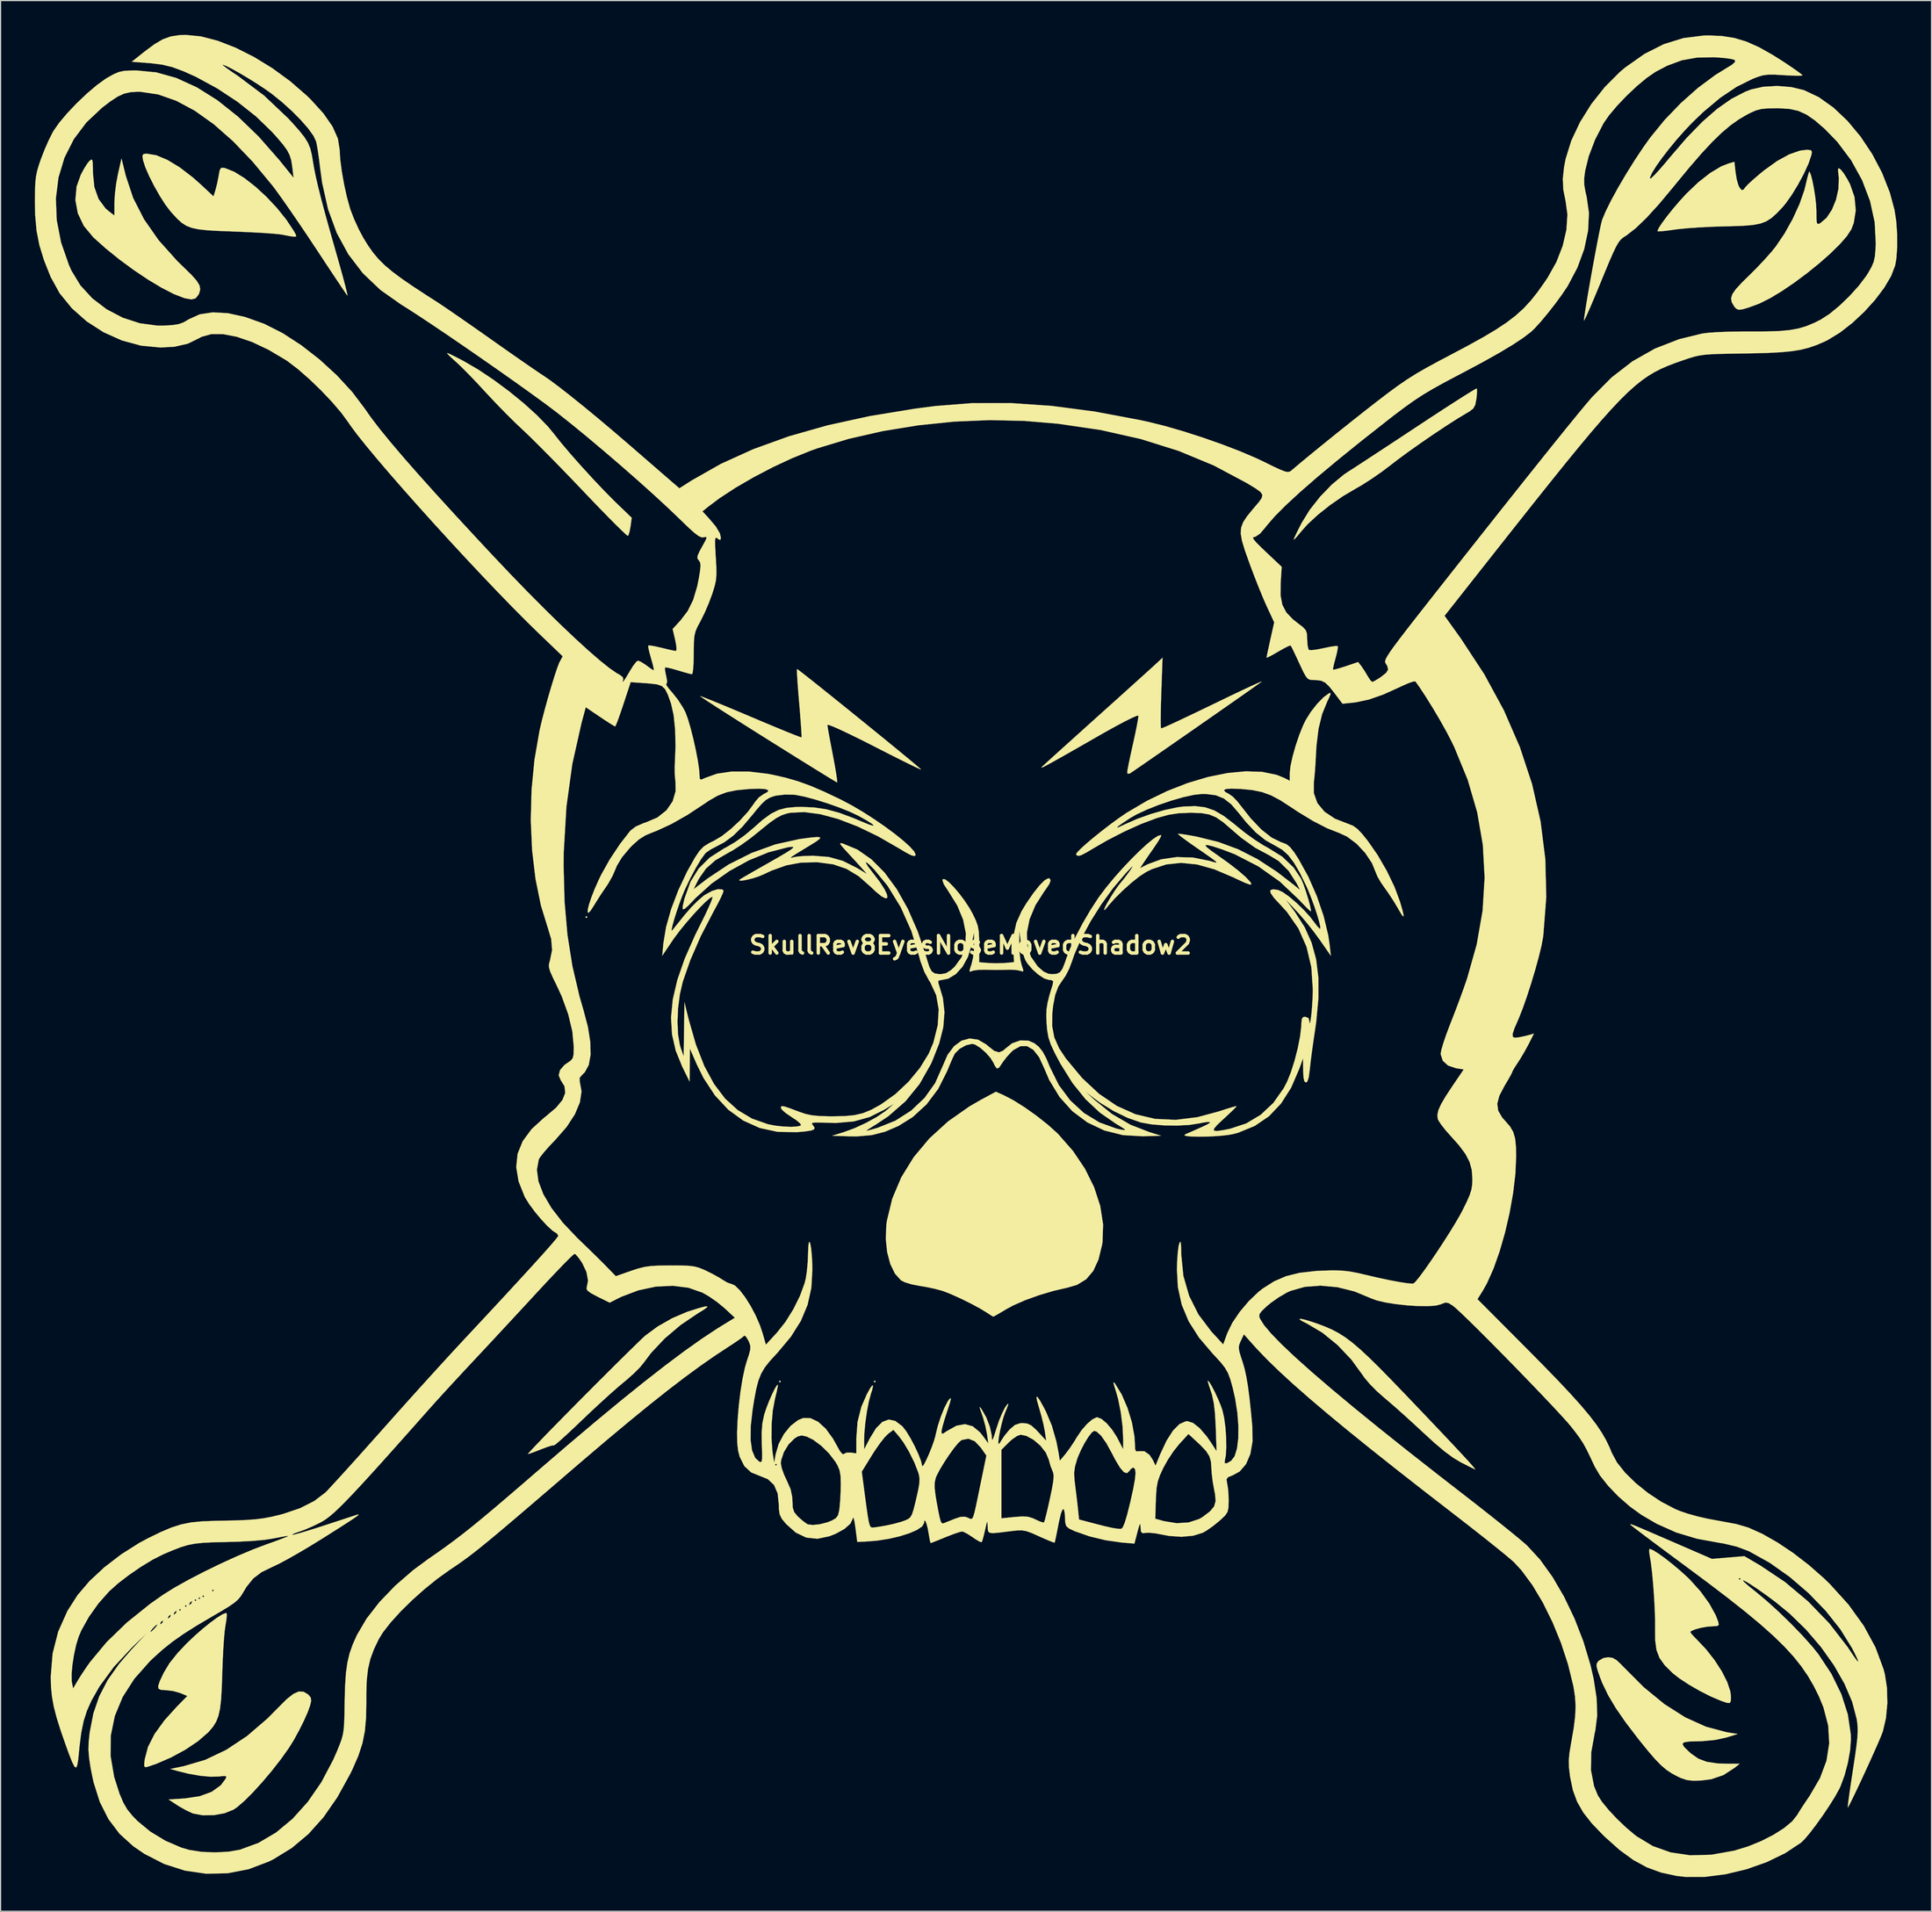
<source format=kicad_pcb>
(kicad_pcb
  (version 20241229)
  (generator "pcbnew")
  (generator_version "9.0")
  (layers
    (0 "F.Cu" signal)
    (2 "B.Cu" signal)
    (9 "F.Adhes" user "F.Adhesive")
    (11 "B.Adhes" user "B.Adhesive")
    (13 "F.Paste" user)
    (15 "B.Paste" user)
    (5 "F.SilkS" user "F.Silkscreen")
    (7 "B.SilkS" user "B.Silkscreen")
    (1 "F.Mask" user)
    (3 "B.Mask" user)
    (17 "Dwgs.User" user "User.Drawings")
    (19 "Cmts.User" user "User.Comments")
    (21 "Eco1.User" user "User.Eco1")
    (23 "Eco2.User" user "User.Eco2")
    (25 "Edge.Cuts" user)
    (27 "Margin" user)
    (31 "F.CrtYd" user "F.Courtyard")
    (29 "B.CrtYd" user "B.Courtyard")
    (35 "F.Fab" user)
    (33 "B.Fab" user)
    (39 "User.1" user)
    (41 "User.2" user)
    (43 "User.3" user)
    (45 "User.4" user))
  (footprint "SkullRev8EyesNoseMovedShadow2"
    (layer "F.Cu")
    (at 81.872 79.655)
    (property "Reference" "SkullRev8EyesNoseMovedShadow2" (at 0 0 0) (layer "F.SilkS") (effects (font (size 1.524 1.524) (thickness 0.3))))
    (attr through_hole)
    (fp_poly (pts (xy -33.528 -2.455) (xy -33.613 -2.371) (xy -33.697 -2.455) (xy -33.613 -2.54) (xy -33.528 -2.455)) (stroke (width 0.01) (type solid)) (fill yes) (layer "F.SilkS"))
    (fp_poly (pts (xy -16.595 38.185) (xy -16.679 38.269) (xy -16.764 38.185) (xy -16.679 38.1) (xy -16.595 38.185)) (stroke (width 0.01) (type solid)) (fill yes) (layer "F.SilkS"))
    (fp_poly (pts (xy -8.297 38.185) (xy -8.382 38.269) (xy -8.467 38.185) (xy -8.382 38.1) (xy -8.297 38.185)) (stroke (width 0.01) (type solid)) (fill yes) (layer "F.SilkS"))
    (fp_poly (pts (xy 29.279 32.781) (xy 29.88 32.963) (xy 30.343 33.121) (xy 31.018 33.375) (xy 31.631 33.642) (xy 32.214 33.949) (xy 32.798 34.321) (xy 33.414 34.784) (xy 34.095 35.364) (xy 34.872 36.086) (xy 35.777 36.976) (xy 36.841 38.061) (xy 38.096 39.364) (xy 38.354 39.635) (xy 39.84 41.193) (xy 41.096 42.515) (xy 42.128 43.608) (xy 42.942 44.478) (xy 43.546 45.134) (xy 43.945 45.581) (xy 44.145 45.826) (xy 44.167 45.881) (xy 44.001 45.805) (xy 43.61 45.612) (xy 43.072 45.339) (xy 42.93 45.267) (xy 42.26 44.87) (xy 41.503 44.315) (xy 40.614 43.567) (xy 39.628 42.665) (xy 38.807 41.903) (xy 37.954 41.127) (xy 37.147 40.409) (xy 36.465 39.82) (xy 36.198 39.596) (xy 35.558 39.029) (xy 34.958 38.421) (xy 34.494 37.874) (xy 34.357 37.677) (xy 33.332 36.269) (xy 32.124 34.995) (xy 30.804 33.921) (xy 29.445 33.114) (xy 29.379 33.082) (xy 28.931 32.851) (xy 28.781 32.724) (xy 28.905 32.701) (xy 29.279 32.781)) (stroke (width 0.01) (type solid)) (fill yes) (layer "F.SilkS"))
    (fp_poly (pts (xy -73.91 -67.304) (xy -73.272 -65.383) (xy -72.318 -63.515) (xy -71.043 -61.688) (xy -69.438 -59.893) (xy -68.848 -59.318) (xy -68.16 -58.646) (xy -67.708 -58.135) (xy -67.465 -57.732) (xy -67.401 -57.386) (xy -67.491 -57.045) (xy -67.559 -56.905) (xy -67.806 -56.6) (xy -68.159 -56.504) (xy -68.704 -56.597) (xy -68.835 -56.635) (xy -69.719 -56.979) (xy -70.781 -57.526) (xy -71.966 -58.236) (xy -73.213 -59.072) (xy -74.466 -59.993) (xy -75.666 -60.962) (xy -76.756 -61.939) (xy -76.765 -61.948) (xy -77.589 -62.942) (xy -78.111 -64.04) (xy -78.324 -65.199) (xy -78.219 -66.379) (xy -77.852 -67.41) (xy -77.555 -67.962) (xy -77.265 -68.415) (xy -77.09 -68.625) (xy -76.941 -68.738) (xy -76.852 -68.707) (xy -76.808 -68.477) (xy -76.794 -67.994) (xy -76.793 -67.589) (xy -76.667 -66.336) (xy -76.297 -65.29) (xy -75.689 -64.469) (xy -75.431 -64.246) (xy -74.915 -63.849) (xy -74.911 -64.987) (xy -74.867 -65.74) (xy -74.756 -66.629) (xy -74.601 -67.464) (xy -74.598 -67.479) (xy -74.289 -68.834) (xy -73.91 -67.304)) (stroke (width 0.01) (type solid)) (fill yes) (layer "F.SilkS"))
    (fp_poly (pts (xy 44.33 -48.517) (xy 44.305 -48.098) (xy 44.272 -47.808) (xy 44.174 -47.283) (xy 43.996 -46.956) (xy 43.646 -46.688) (xy 43.459 -46.58) (xy 42.653 -46.097) (xy 41.658 -45.461) (xy 40.552 -44.726) (xy 39.416 -43.947) (xy 38.327 -43.176) (xy 37.366 -42.469) (xy 36.803 -42.033) (xy 35.995 -41.423) (xy 35.11 -40.808) (xy 34.27 -40.269) (xy 33.729 -39.958) (xy 32.606 -39.295) (xy 31.473 -38.511) (xy 30.414 -37.671) (xy 29.516 -36.843) (xy 28.966 -36.229) (xy 28.619 -35.807) (xy 28.373 -35.537) (xy 28.279 -35.477) (xy 28.352 -35.669) (xy 28.548 -36.087) (xy 28.832 -36.654) (xy 28.978 -36.938) (xy 29.693 -38.096) (xy 30.608 -39.254) (xy 31.636 -40.316) (xy 32.687 -41.185) (xy 33.044 -41.425) (xy 33.432 -41.672) (xy 34.061 -42.081) (xy 34.89 -42.623) (xy 35.88 -43.272) (xy 36.989 -44.001) (xy 38.176 -44.784) (xy 39.16 -45.434) (xy 40.327 -46.203) (xy 41.404 -46.906) (xy 42.359 -47.522) (xy 43.158 -48.032) (xy 43.771 -48.413) (xy 44.165 -48.647) (xy 44.307 -48.714) (xy 44.33 -48.517)) (stroke (width 0.01) (type solid)) (fill yes) (layer "F.SilkS"))
    (fp_poly (pts (xy -65.094 58.462) (xy -65.075 58.666) (xy -65.119 59.097) (xy -65.195 59.546) (xy -65.263 60.042) (xy -65.33 60.799) (xy -65.391 61.739) (xy -65.441 62.786) (xy -65.471 63.669) (xy -65.515 64.99) (xy -65.577 66.026) (xy -65.672 66.83) (xy -65.812 67.456) (xy -66.009 67.958) (xy -66.277 68.39) (xy -66.628 68.805) (xy -66.732 68.914) (xy -67.596 69.661) (xy -68.698 70.401) (xy -69.944 71.078) (xy -71.237 71.639) (xy -71.95 71.882) (xy -72.194 71.938) (xy -72.297 71.859) (xy -72.294 71.57) (xy -72.25 71.225) (xy -71.967 70.158) (xy -71.398 69.035) (xy -70.531 67.837) (xy -69.482 66.676) (xy -68.532 65.704) (xy -69.143 65.449) (xy -69.744 65.275) (xy -70.386 65.194) (xy -70.437 65.193) (xy -70.834 65.171) (xy -71.047 65.07) (xy -71.082 64.837) (xy -70.944 64.419) (xy -70.638 63.764) (xy -70.583 63.654) (xy -70.088 62.831) (xy -69.366 61.93) (xy -68.594 61.112) (xy -67.918 60.467) (xy -67.219 59.852) (xy -66.545 59.306) (xy -65.945 58.864) (xy -65.469 58.565) (xy -65.165 58.445) (xy -65.094 58.462)) (stroke (width 0.01) (type solid)) (fill yes) (layer "F.SilkS"))
    (fp_poly (pts (xy -45.602 -51.741) (xy -45.185 -51.542) (xy -44.624 -51.254) (xy -44.377 -51.124) (xy -43.082 -50.37) (xy -41.726 -49.465) (xy -40.373 -48.462) (xy -39.088 -47.414) (xy -37.935 -46.371) (xy -36.981 -45.387) (xy -36.487 -44.789) (xy -35.839 -43.973) (xy -35.01 -42.994) (xy -34.064 -41.924) (xy -33.067 -40.833) (xy -32.083 -39.793) (xy -31.175 -38.874) (xy -30.932 -38.638) (xy -29.643 -37.397) (xy -29.747 -36.643) (xy -29.834 -36.172) (xy -29.935 -35.865) (xy -29.974 -35.813) (xy -30.117 -35.912) (xy -30.462 -36.23) (xy -30.982 -36.739) (xy -31.649 -37.409) (xy -32.433 -38.212) (xy -33.307 -39.121) (xy -33.858 -39.7) (xy -34.857 -40.746) (xy -35.859 -41.783) (xy -36.82 -42.765) (xy -37.696 -43.649) (xy -38.443 -44.389) (xy -39.016 -44.941) (xy -39.154 -45.068) (xy -39.858 -45.735) (xy -40.688 -46.559) (xy -41.55 -47.444) (xy -42.346 -48.292) (xy -42.467 -48.424) (xy -43.158 -49.17) (xy -43.846 -49.889) (xy -44.465 -50.515) (xy -44.949 -50.979) (xy -45.081 -51.096) (xy -45.486 -51.46) (xy -45.743 -51.718) (xy -45.796 -51.816) (xy -45.602 -51.741)) (stroke (width 0.01) (type solid)) (fill yes) (layer "F.SilkS"))
    (fp_poly (pts (xy -58.358 65.331) (xy -57.968 65.567) (xy -57.928 65.602) (xy -57.726 65.85) (xy -57.697 66.154) (xy -57.779 66.517) (xy -57.992 67.112) (xy -58.338 67.889) (xy -58.765 68.743) (xy -59.221 69.571) (xy -59.655 70.271) (xy -59.657 70.273) (xy -60.359 71.256) (xy -61.143 72.259) (xy -61.962 73.229) (xy -62.767 74.113) (xy -63.51 74.859) (xy -64.144 75.411) (xy -64.484 75.647) (xy -65.265 75.962) (xy -66.208 76.133) (xy -67.168 76.147) (xy -68.004 75.993) (xy -68.094 75.96) (xy -68.617 75.717) (xy -69.215 75.383) (xy -69.438 75.242) (xy -70.168 74.761) (xy -68.739 74.668) (xy -67.449 74.476) (xy -66.398 74.091) (xy -65.605 73.521) (xy -65.173 72.943) (xy -65.111 72.767) (xy -65.224 72.703) (xy -65.582 72.728) (xy -65.763 72.752) (xy -66.478 72.772) (xy -67.403 72.686) (xy -68.431 72.507) (xy -69.342 72.282) (xy -70.019 72.088) (xy -68.843 71.846) (xy -66.966 71.295) (xy -65.124 70.418) (xy -63.309 69.213) (xy -61.516 67.674) (xy -60.555 66.704) (xy -59.829 65.979) (xy -59.248 65.52) (xy -58.771 65.31) (xy -58.358 65.331)) (stroke (width 0.01) (type solid)) (fill yes) (layer "F.SilkS"))
    (fp_poly (pts (xy -23.071 31.71) (xy -23.4 31.943) (xy -23.876 32.234) (xy -25.369 33.244) (xy -26.752 34.417) (xy -27.942 35.677) (xy -28.632 36.593) (xy -28.949 36.973) (xy -29.449 37.472) (xy -30.047 38.006) (xy -30.321 38.233) (xy -30.867 38.692) (xy -31.586 39.327) (xy -32.411 40.078) (xy -33.274 40.881) (xy -33.981 41.554) (xy -34.717 42.255) (xy -35.368 42.862) (xy -35.897 43.339) (xy -36.265 43.653) (xy -36.434 43.769) (xy -36.44 43.768) (xy -36.624 43.786) (xy -37.031 43.912) (xy -37.56 44.112) (xy -38.109 44.327) (xy -38.53 44.48) (xy -38.728 44.535) (xy -38.64 44.419) (xy -38.338 44.089) (xy -37.845 43.57) (xy -37.186 42.886) (xy -36.385 42.064) (xy -35.466 41.128) (xy -34.454 40.104) (xy -34.032 39.678) (xy -32.95 38.591) (xy -31.914 37.556) (xy -30.956 36.603) (xy -30.104 35.761) (xy -29.391 35.063) (xy -28.847 34.536) (xy -28.502 34.213) (xy -28.448 34.165) (xy -27.367 33.368) (xy -26.106 32.65) (xy -24.822 32.1) (xy -24.638 32.038) (xy -23.794 31.772) (xy -23.259 31.627) (xy -23.021 31.605) (xy -23.071 31.71)) (stroke (width 0.01) (type solid)) (fill yes) (layer "F.SilkS"))
    (fp_poly (pts (xy -71.24 -69.116) (xy -70.264 -68.707) (xy -69.181 -68.049) (xy -68.028 -67.162) (xy -67.315 -66.528) (xy -66.239 -65.521) (xy -66.067 -66.077) (xy -65.927 -66.618) (xy -65.8 -67.245) (xy -65.781 -67.366) (xy -65.694 -67.818) (xy -65.576 -68.01) (xy -65.356 -68.021) (xy -65.218 -67.99) (xy -64.439 -67.679) (xy -63.542 -67.126) (xy -62.581 -66.379) (xy -61.611 -65.487) (xy -60.685 -64.501) (xy -59.858 -63.469) (xy -59.215 -62.498) (xy -59.024 -62.153) (xy -59.009 -62.012) (xy -59.169 -61.993) (xy -59.215 -61.995) (xy -59.574 -62.044) (xy -60.078 -62.14) (xy -60.198 -62.166) (xy -60.571 -62.218) (xy -61.22 -62.275) (xy -62.082 -62.333) (xy -63.094 -62.387) (xy -64.194 -62.434) (xy -64.431 -62.443) (xy -65.728 -62.493) (xy -66.74 -62.55) (xy -67.521 -62.633) (xy -68.124 -62.758) (xy -68.604 -62.942) (xy -69.014 -63.203) (xy -69.407 -63.558) (xy -69.837 -64.024) (xy -70.021 -64.232) (xy -70.461 -64.812) (xy -70.948 -65.578) (xy -71.435 -66.439) (xy -71.872 -67.304) (xy -72.211 -68.082) (xy -72.403 -68.681) (xy -72.409 -68.707) (xy -72.457 -69.082) (xy -72.355 -69.231) (xy -72.074 -69.257) (xy -71.24 -69.116)) (stroke (width 0.01) (type solid)) (fill yes) (layer "F.SilkS"))
    (fp_poly (pts (xy 56.187 62.369) (xy 56.543 62.572) (xy 56.975 62.981) (xy 57.098 63.114) (xy 58.909 64.93) (xy 60.725 66.417) (xy 62.543 67.572) (xy 64.359 68.392) (xy 66.171 68.876) (xy 66.339 68.904) (xy 67.141 69.03) (xy 66.125 69.343) (xy 65.178 69.549) (xy 64.053 69.657) (xy 63.645 69.668) (xy 62.883 69.689) (xy 62.442 69.758) (xy 62.304 69.906) (xy 62.452 70.168) (xy 62.869 70.575) (xy 63.066 70.749) (xy 63.691 71.187) (xy 64.423 71.464) (xy 65.343 71.603) (xy 66.125 71.631) (xy 67.31 71.636) (xy 66.887 71.976) (xy 65.89 72.624) (xy 64.821 72.99) (xy 63.923 73.103) (xy 63.207 73.12) (xy 62.674 73.056) (xy 62.173 72.887) (xy 61.891 72.756) (xy 61.369 72.477) (xy 60.898 72.162) (xy 60.431 71.765) (xy 59.918 71.239) (xy 59.313 70.539) (xy 58.566 69.618) (xy 58.415 69.427) (xy 57.329 68.005) (xy 56.467 66.757) (xy 55.799 65.633) (xy 55.293 64.583) (xy 55.089 64.062) (xy 54.882 63.47) (xy 54.789 63.103) (xy 54.804 62.872) (xy 54.919 62.687) (xy 54.969 62.63) (xy 55.377 62.386) (xy 55.812 62.315) (xy 56.187 62.369)) (stroke (width 0.01) (type solid)) (fill yes) (layer "F.SilkS"))
    (fp_poly (pts (xy 73.532 -69.567) (xy 73.633 -69.417) (xy 73.584 -69.13) (xy 73.339 -68.403) (xy 72.933 -67.515) (xy 72.425 -66.565) (xy 71.868 -65.653) (xy 71.319 -64.88) (xy 71.037 -64.547) (xy 70.53 -64.018) (xy 70.083 -63.621) (xy 69.634 -63.336) (xy 69.122 -63.142) (xy 68.485 -63.02) (xy 67.661 -62.949) (xy 66.59 -62.91) (xy 65.974 -62.896) (xy 64.878 -62.862) (xy 63.772 -62.806) (xy 62.754 -62.735) (xy 61.923 -62.654) (xy 61.595 -62.61) (xy 60.938 -62.519) (xy 60.431 -62.467) (xy 60.148 -62.462) (xy 60.113 -62.477) (xy 60.22 -62.735) (xy 60.512 -63.185) (xy 60.943 -63.767) (xy 61.469 -64.425) (xy 62.045 -65.1) (xy 62.625 -65.734) (xy 62.662 -65.773) (xy 63.711 -66.771) (xy 64.737 -67.573) (xy 65.689 -68.143) (xy 66.331 -68.397) (xy 66.847 -68.545) (xy 66.957 -67.571) (xy 67.059 -66.977) (xy 67.203 -66.483) (xy 67.307 -66.276) (xy 67.496 -66.063) (xy 67.643 -66.107) (xy 67.812 -66.327) (xy 68.054 -66.587) (xy 68.493 -66.991) (xy 69.058 -67.476) (xy 69.468 -67.811) (xy 70.593 -68.619) (xy 71.65 -69.197) (xy 72.596 -69.526) (xy 73.177 -69.596) (xy 73.532 -69.567)) (stroke (width 0.01) (type solid)) (fill yes) (layer "F.SilkS"))
    (fp_poly (pts (xy 59.717 52.94) (xy 60.188 53.233) (xy 60.789 53.665) (xy 61.46 54.193) (xy 62.142 54.769) (xy 62.775 55.348) (xy 62.964 55.534) (xy 63.885 56.558) (xy 64.652 57.617) (xy 65.213 58.634) (xy 65.44 59.224) (xy 65.481 59.474) (xy 65.347 59.582) (xy 64.959 59.605) (xy 64.928 59.605) (xy 64.435 59.645) (xy 63.893 59.744) (xy 63.405 59.878) (xy 63.074 60.018) (xy 62.992 60.108) (xy 63.104 60.283) (xy 63.385 60.589) (xy 63.516 60.717) (xy 64.362 61.61) (xy 65.122 62.579) (xy 65.756 63.563) (xy 66.227 64.497) (xy 66.497 65.319) (xy 66.546 65.744) (xy 66.535 66.14) (xy 66.445 66.316) (xy 66.201 66.307) (xy 65.723 66.145) (xy 65.661 66.122) (xy 64.783 65.749) (xy 63.812 65.256) (xy 62.853 64.702) (xy 62.014 64.149) (xy 61.453 63.709) (xy 60.758 63.02) (xy 60.296 62.374) (xy 60.03 61.674) (xy 59.917 60.822) (xy 59.911 59.955) (xy 59.911 59.103) (xy 59.877 58.077) (xy 59.817 56.965) (xy 59.735 55.854) (xy 59.639 54.831) (xy 59.535 53.985) (xy 59.445 53.467) (xy 59.385 53.064) (xy 59.411 52.845) (xy 59.435 52.832) (xy 59.717 52.94)) (stroke (width 0.01) (type solid)) (fill yes) (layer "F.SilkS"))
    (fp_poly (pts (xy 2.932 13.143) (xy 3.772 13.583) (xy 4.75 14.2) (xy 5.774 14.926) (xy 6.748 15.695) (xy 7.577 16.437) (xy 7.676 16.535) (xy 8.965 18.003) (xy 10.019 19.568) (xy 10.821 21.189) (xy 11.355 22.826) (xy 11.605 24.437) (xy 11.555 25.982) (xy 11.517 26.222) (xy 11.203 27.51) (xy 10.746 28.507) (xy 10.127 29.237) (xy 9.327 29.726) (xy 8.519 29.964) (xy 7.279 30.251) (xy 6.001 30.632) (xy 4.786 31.07) (xy 3.737 31.529) (xy 3.184 31.828) (xy 2.644 32.15) (xy 2.23 32.39) (xy 2.013 32.506) (xy 1.999 32.511) (xy 1.84 32.425) (xy 1.514 32.214) (xy 1.439 32.163) (xy 0.827 31.79) (xy 0.016 31.355) (xy -0.873 30.917) (xy -1.722 30.535) (xy -2.411 30.267) (xy -2.455 30.253) (xy -3.088 30.081) (xy -3.868 29.915) (xy -4.479 29.814) (xy -5.147 29.684) (xy -5.728 29.507) (xy -6.076 29.335) (xy -6.607 28.747) (xy -7.017 27.902) (xy -7.289 26.866) (xy -7.409 25.705) (xy -7.361 24.482) (xy -7.314 24.13) (xy -6.842 22.183) (xy -6.054 20.318) (xy -4.966 18.555) (xy -3.596 16.917) (xy -1.96 15.426) (xy -0.076 14.104) (xy 0.9 13.542) (xy 2.224 12.828) (xy 2.932 13.143)) (stroke (width 0.01) (type solid)) (fill yes) (layer "F.SilkS"))
    (fp_poly (pts (xy 76.036 -67.957) (xy 76.179 -67.837) (xy 76.416 -67.54) (xy 76.72 -67.051) (xy 76.967 -66.588) (xy 77.359 -65.462) (xy 77.468 -64.299) (xy 77.291 -63.182) (xy 77.077 -62.631) (xy 76.684 -62.031) (xy 76.048 -61.306) (xy 75.219 -60.496) (xy 74.25 -59.644) (xy 73.192 -58.79) (xy 72.096 -57.974) (xy 71.014 -57.239) (xy 69.997 -56.624) (xy 69.097 -56.171) (xy 68.821 -56.059) (xy 68.068 -55.786) (xy 67.562 -55.636) (xy 67.235 -55.603) (xy 67.018 -55.683) (xy 66.846 -55.869) (xy 66.821 -55.904) (xy 66.616 -56.262) (xy 66.558 -56.598) (xy 66.669 -56.961) (xy 66.974 -57.401) (xy 67.497 -57.969) (xy 68.087 -58.547) (xy 68.783 -59.24) (xy 69.481 -59.979) (xy 70.092 -60.668) (xy 70.463 -61.125) (xy 71.245 -62.281) (xy 71.96 -63.564) (xy 72.555 -64.867) (xy 72.977 -66.082) (xy 73.072 -66.462) (xy 73.213 -67.06) (xy 73.329 -67.496) (xy 73.401 -67.696) (xy 73.41 -67.7) (xy 73.531 -67.436) (xy 73.667 -66.925) (xy 73.8 -66.258) (xy 73.915 -65.527) (xy 73.996 -64.822) (xy 74.026 -64.233) (xy 74.026 -64.22) (xy 74.03 -63.592) (xy 74.058 -63.241) (xy 74.131 -63.106) (xy 74.267 -63.127) (xy 74.354 -63.17) (xy 74.909 -63.636) (xy 75.383 -64.35) (xy 75.744 -65.228) (xy 75.956 -66.182) (xy 75.987 -67.126) (xy 75.973 -67.265) (xy 75.922 -67.756) (xy 75.936 -67.968) (xy 76.036 -67.957)) (stroke (width 0.01) (type solid)) (fill yes) (layer "F.SilkS"))
    (fp_poly (pts (xy 16.698 -22.056) (xy 16.668 -21.075) (xy 16.651 -20.223) (xy 16.647 -19.552) (xy 16.657 -19.115) (xy 16.68 -18.965) (xy 16.841 -19.017) (xy 17.216 -19.177) (xy 17.82 -19.453) (xy 18.669 -19.852) (xy 19.78 -20.382) (xy 21.168 -21.049) (xy 22.267 -21.581) (xy 23.233 -22.045) (xy 24.077 -22.444) (xy 24.758 -22.76) (xy 25.236 -22.973) (xy 25.472 -23.065) (xy 25.485 -23.059) (xy 25.321 -22.938) (xy 24.915 -22.649) (xy 24.302 -22.217) (xy 23.519 -21.667) (xy 22.601 -21.025) (xy 21.586 -20.316) (xy 20.507 -19.564) (xy 19.403 -18.794) (xy 18.308 -18.033) (xy 17.259 -17.304) (xy 16.291 -16.633) (xy 15.441 -16.045) (xy 14.745 -15.565) (xy 14.238 -15.218) (xy 13.957 -15.03) (xy 13.928 -15.011) (xy 13.745 -15.006) (xy 13.716 -15.127) (xy 13.752 -15.376) (xy 13.851 -15.886) (xy 13.998 -16.589) (xy 14.18 -17.416) (xy 14.229 -17.632) (xy 14.413 -18.473) (xy 14.561 -19.202) (xy 14.66 -19.751) (xy 14.697 -20.056) (xy 14.694 -20.086) (xy 14.541 -20.063) (xy 14.136 -19.888) (xy 13.52 -19.582) (xy 12.732 -19.164) (xy 11.814 -18.655) (xy 11.345 -18.389) (xy 9.939 -17.583) (xy 8.8 -16.933) (xy 7.905 -16.425) (xy 7.229 -16.046) (xy 6.746 -15.781) (xy 6.431 -15.617) (xy 6.26 -15.541) (xy 6.207 -15.538) (xy 6.248 -15.596) (xy 6.265 -15.613) (xy 6.447 -15.782) (xy 6.85 -16.15) (xy 7.445 -16.689) (xy 8.2 -17.371) (xy 9.086 -18.17) (xy 10.071 -19.057) (xy 11.007 -19.899) (xy 12.077 -20.861) (xy 13.093 -21.775) (xy 14.021 -22.612) (xy 14.828 -23.339) (xy 15.478 -23.927) (xy 15.939 -24.345) (xy 16.151 -24.539) (xy 16.807 -25.146) (xy 16.698 -22.056)) (stroke (width 0.01) (type solid)) (fill yes) (layer "F.SilkS"))
    (fp_poly (pts (xy -15.043 -24.071) (xy -14.678 -23.791) (xy -14.118 -23.352) (xy -13.396 -22.778) (xy -12.547 -22.099) (xy -11.603 -21.34) (xy -10.597 -20.529) (xy -9.564 -19.693) (xy -8.536 -18.859) (xy -7.548 -18.055) (xy -6.633 -17.306) (xy -5.823 -16.641) (xy -5.153 -16.086) (xy -4.656 -15.669) (xy -4.366 -15.416) (xy -4.318 -15.37) (xy -4.417 -15.398) (xy -4.781 -15.564) (xy -5.373 -15.85) (xy -6.157 -16.239) (xy -7.098 -16.712) (xy -8.159 -17.253) (xy -8.34 -17.346) (xy -9.514 -17.941) (xy -10.538 -18.445) (xy -11.38 -18.843) (xy -12.012 -19.122) (xy -12.403 -19.268) (xy -12.523 -19.273) (xy -12.49 -19.034) (xy -12.402 -18.529) (xy -12.271 -17.822) (xy -12.111 -16.981) (xy -12.044 -16.637) (xy -11.884 -15.786) (xy -11.761 -15.069) (xy -11.683 -14.542) (xy -11.661 -14.264) (xy -11.67 -14.235) (xy -11.83 -14.325) (xy -12.247 -14.576) (xy -12.889 -14.97) (xy -13.726 -15.487) (xy -14.729 -16.11) (xy -15.866 -16.819) (xy -17.108 -17.596) (xy -17.736 -17.99) (xy -19.012 -18.792) (xy -20.192 -19.538) (xy -21.246 -20.209) (xy -22.146 -20.785) (xy -22.861 -21.248) (xy -23.363 -21.58) (xy -23.621 -21.76) (xy -23.65 -21.788) (xy -23.487 -21.738) (xy -23.052 -21.571) (xy -22.386 -21.304) (xy -21.528 -20.951) (xy -20.519 -20.53) (xy -19.399 -20.057) (xy -19.219 -19.981) (xy -18.085 -19.502) (xy -17.056 -19.072) (xy -16.172 -18.709) (xy -15.473 -18.428) (xy -15 -18.245) (xy -14.791 -18.177) (xy -14.785 -18.178) (xy -14.781 -18.357) (xy -14.804 -18.818) (xy -14.851 -19.504) (xy -14.918 -20.361) (xy -14.986 -21.167) (xy -15.066 -22.124) (xy -15.129 -22.958) (xy -15.17 -23.613) (xy -15.187 -24.033) (xy -15.179 -24.163) (xy -15.043 -24.071)) (stroke (width 0.01) (type solid)) (fill yes) (layer "F.SilkS"))
    (fp_poly (pts (xy -67.338 -79.52) (xy -65.866 -79.137) (xy -64.3 -78.527) (xy -62.688 -77.716) (xy -61.079 -76.729) (xy -59.523 -75.592) (xy -58.07 -74.329) (xy -57.732 -74.002) (xy -56.617 -72.774) (xy -55.824 -71.632) (xy -55.354 -70.571) (xy -55.202 -69.611) (xy -55.151 -68.765) (xy -55.014 -67.712) (xy -54.812 -66.57) (xy -54.566 -65.455) (xy -54.295 -64.481) (xy -54.256 -64.361) (xy -53.937 -63.533) (xy -53.523 -62.629) (xy -53.129 -61.891) (xy -52.703 -61.202) (xy -52.274 -60.595) (xy -51.804 -60.036) (xy -51.254 -59.492) (xy -50.585 -58.929) (xy -49.76 -58.314) (xy -48.74 -57.614) (xy -47.485 -56.794) (xy -46.709 -56.298) (xy -46.276 -56.012) (xy -45.618 -55.566) (xy -44.785 -54.992) (xy -43.828 -54.327) (xy -42.797 -53.606) (xy -41.91 -52.98) (xy -40.878 -52.253) (xy -39.897 -51.566) (xy -39.013 -50.951) (xy -38.272 -50.439) (xy -37.72 -50.064) (xy -37.423 -49.869) (xy -36.826 -49.461) (xy -36.012 -48.854) (xy -35.016 -48.076) (xy -33.871 -47.155) (xy -32.614 -46.119) (xy -31.277 -44.994) (xy -29.896 -43.81) (xy -29.68 -43.624) (xy -28.796 -42.856) (xy -27.96 -42.131) (xy -27.22 -41.489) (xy -26.622 -40.97) (xy -26.212 -40.616) (xy -26.102 -40.521) (xy -25.472 -39.978) (xy -24.378 -40.672) (xy -21.837 -42.114) (xy -19.013 -43.396) (xy -15.903 -44.52) (xy -12.503 -45.486) (xy -8.81 -46.295) (xy -4.82 -46.949) (xy -3.048 -47.178) (xy 0.158 -47.429) (xy 3.537 -47.433) (xy 7.102 -47.187) (xy 10.865 -46.693) (xy 14.84 -45.947) (xy 15.575 -45.787) (xy 17.029 -45.426) (xy 18.648 -44.956) (xy 20.343 -44.41) (xy 22.024 -43.819) (xy 23.603 -43.212) (xy 24.99 -42.621) (xy 25.66 -42.304) (xy 26.504 -41.888) (xy 27.101 -41.611) (xy 27.504 -41.454) (xy 27.766 -41.401) (xy 27.942 -41.434) (xy 28.063 -41.516) (xy 28.834 -42.168) (xy 29.813 -42.977) (xy 30.94 -43.896) (xy 32.153 -44.874) (xy 33.392 -45.864) (xy 34.597 -46.815) (xy 35.413 -47.452) (xy 36.476 -48.268) (xy 37.378 -48.932) (xy 38.202 -49.498) (xy 39.031 -50.019) (xy 39.948 -50.547) (xy 41.035 -51.137) (xy 41.832 -51.556) (xy 43.462 -52.42) (xy 44.825 -53.173) (xy 45.961 -53.848) (xy 46.909 -54.476) (xy 47.711 -55.09) (xy 48.406 -55.72) (xy 49.034 -56.4) (xy 49.636 -57.159) (xy 50.252 -58.03) (xy 50.513 -58.42) (xy 51.274 -59.774) (xy 51.825 -61.19) (xy 52.152 -62.602) (xy 52.238 -63.944) (xy 52.08 -65.102) (xy 51.879 -66.1) (xy 51.834 -67.052) (xy 51.944 -68.091) (xy 52.083 -68.801) (xy 52.574 -70.387) (xy 53.339 -72.011) (xy 54.334 -73.602) (xy 55.511 -75.09) (xy 56.825 -76.405) (xy 57.299 -76.803) (xy 58.981 -77.986) (xy 60.671 -78.839) (xy 62.391 -79.373) (xy 64.165 -79.595) (xy 64.592 -79.604) (xy 65.767 -79.553) (xy 66.842 -79.383) (xy 67.89 -79.068) (xy 68.983 -78.584) (xy 70.193 -77.904) (xy 71.136 -77.307) (xy 71.789 -76.871) (xy 72.323 -76.5) (xy 72.683 -76.234) (xy 72.813 -76.111) (xy 72.657 -76.081) (xy 72.235 -76.078) (xy 71.619 -76.1) (xy 71.162 -76.128) (xy 70.368 -76.173) (xy 69.799 -76.173) (xy 69.347 -76.114) (xy 68.9 -75.982) (xy 68.449 -75.807) (xy 67.044 -75.111) (xy 65.616 -74.153) (xy 64.132 -72.911) (xy 63.159 -71.977) (xy 62.467 -71.248) (xy 61.771 -70.458) (xy 61.107 -69.652) (xy 60.51 -68.877) (xy 60.014 -68.181) (xy 59.657 -67.609) (xy 59.472 -67.21) (xy 59.46 -67.069) (xy 59.582 -67.127) (xy 59.877 -67.41) (xy 60.309 -67.878) (xy 60.839 -68.492) (xy 61.186 -68.91) (xy 62.664 -70.628) (xy 64.044 -72.046) (xy 65.347 -73.183) (xy 66.593 -74.055) (xy 67.803 -74.68) (xy 68.304 -74.873) (xy 69.378 -75.115) (xy 70.604 -75.184) (xy 71.842 -75.082) (xy 72.941 -74.816) (xy 74.24 -74.198) (xy 75.52 -73.286) (xy 76.746 -72.124) (xy 77.885 -70.757) (xy 78.904 -69.228) (xy 79.769 -67.582) (xy 80.446 -65.863) (xy 80.858 -64.341) (xy 81.012 -63.333) (xy 81.091 -62.204) (xy 81.094 -61.076) (xy 81.02 -60.068) (xy 80.914 -59.469) (xy 80.559 -58.542) (xy 79.954 -57.52) (xy 79.152 -56.458) (xy 78.206 -55.414) (xy 77.167 -54.444) (xy 76.09 -53.605) (xy 75.026 -52.953) (xy 74.715 -52.801) (xy 74.023 -52.506) (xy 73.355 -52.276) (xy 72.654 -52.1) (xy 71.865 -51.972) (xy 70.929 -51.882) (xy 69.792 -51.822) (xy 68.395 -51.785) (xy 67.733 -51.774) (xy 66.501 -51.755) (xy 65.548 -51.734) (xy 64.816 -51.705) (xy 64.247 -51.661) (xy 63.781 -51.595) (xy 63.36 -51.501) (xy 62.925 -51.372) (xy 62.418 -51.202) (xy 62.315 -51.166) (xy 61.649 -50.932) (xy 61.033 -50.696) (xy 60.451 -50.443) (xy 59.889 -50.158) (xy 59.332 -49.825) (xy 58.764 -49.429) (xy 58.17 -48.954) (xy 57.536 -48.386) (xy 56.847 -47.708) (xy 56.088 -46.905) (xy 55.243 -45.962) (xy 54.298 -44.864) (xy 53.238 -43.594) (xy 52.047 -42.138) (xy 50.712 -40.48) (xy 49.216 -38.604) (xy 47.545 -36.496) (xy 45.684 -34.14) (xy 45.247 -33.586) (xy 41.487 -28.818) (xy 42.921 -26.813) (xy 44.958 -23.71) (xy 46.675 -20.549) (xy 48.072 -17.339) (xy 49.144 -14.09) (xy 49.889 -10.813) (xy 50.303 -7.517) (xy 50.386 -4.212) (xy 50.132 -0.909) (xy 50.102 -0.677) (xy 49.964 0.065) (xy 49.728 1.038) (xy 49.42 2.157) (xy 49.065 3.339) (xy 48.69 4.499) (xy 48.319 5.553) (xy 47.978 6.415) (xy 47.903 6.585) (xy 47.593 7.302) (xy 47.443 7.764) (xy 47.455 8.016) (xy 47.629 8.104) (xy 47.964 8.072) (xy 48.487 7.963) (xy 48.91 7.857) (xy 49.306 7.742) (xy 48.845 8.655) (xy 48.491 9.308) (xy 48.098 9.968) (xy 47.899 10.275) (xy 47.621 10.7) (xy 47.445 11.005) (xy 47.413 11.089) (xy 47.331 11.274) (xy 47.113 11.669) (xy 46.803 12.197) (xy 46.724 12.328) (xy 46.279 13.18) (xy 46.097 13.882) (xy 46.182 14.497) (xy 46.533 15.092) (xy 46.797 15.389) (xy 47.218 15.873) (xy 47.496 16.355) (xy 47.66 16.922) (xy 47.736 17.663) (xy 47.752 18.49) (xy 47.682 20.025) (xy 47.484 21.696) (xy 47.176 23.431) (xy 46.775 25.16) (xy 46.299 26.811) (xy 45.767 28.313) (xy 45.195 29.594) (xy 44.813 30.272) (xy 44.367 30.979) (xy 48.642 35.273) (xy 50.154 36.803) (xy 51.44 38.129) (xy 52.521 39.279) (xy 53.419 40.279) (xy 54.157 41.156) (xy 54.755 41.937) (xy 55.236 42.649) (xy 55.622 43.319) (xy 55.935 43.972) (xy 56.117 44.422) (xy 56.572 45.268) (xy 57.291 46.17) (xy 58.216 47.077) (xy 59.288 47.94) (xy 60.451 48.71) (xy 61.646 49.335) (xy 62.028 49.498) (xy 62.737 49.742) (xy 63.612 49.988) (xy 64.483 50.187) (xy 64.625 50.214) (xy 65.43 50.363) (xy 66.227 50.511) (xy 66.872 50.631) (xy 66.995 50.653) (xy 68.062 50.964) (xy 69.284 51.512) (xy 70.609 52.263) (xy 71.986 53.185) (xy 73.363 54.245) (xy 74.69 55.411) (xy 75.186 55.89) (xy 76.827 57.7) (xy 78.167 59.56) (xy 79.194 61.452) (xy 79.898 63.357) (xy 80.014 63.798) (xy 80.202 65.013) (xy 80.232 66.339) (xy 80.11 67.643) (xy 79.842 68.791) (xy 79.797 68.919) (xy 79.634 69.328) (xy 79.375 69.934) (xy 79.043 70.683) (xy 78.665 71.521) (xy 78.264 72.395) (xy 77.866 73.252) (xy 77.494 74.039) (xy 77.175 74.702) (xy 76.932 75.187) (xy 76.79 75.442) (xy 76.765 75.467) (xy 76.776 75.294) (xy 76.833 74.838) (xy 76.928 74.15) (xy 77.055 73.282) (xy 77.206 72.285) (xy 77.23 72.128) (xy 77.408 70.955) (xy 77.533 70.054) (xy 77.609 69.365) (xy 77.641 68.828) (xy 77.633 68.381) (xy 77.59 67.964) (xy 77.552 67.72) (xy 77.157 66.217) (xy 76.482 64.634) (xy 75.562 63.02) (xy 74.428 61.423) (xy 73.116 59.891) (xy 71.658 58.472) (xy 70.401 57.445) (xy 69.58 56.84) (xy 68.871 56.34) (xy 68.296 55.956) (xy 67.877 55.699) (xy 67.635 55.579) (xy 67.591 55.608) (xy 67.766 55.797) (xy 68.184 56.157) (xy 68.707 56.576) (xy 69.678 57.385) (xy 70.733 58.343) (xy 71.797 59.375) (xy 72.796 60.41) (xy 73.656 61.372) (xy 74.187 62.03) (xy 75.34 63.771) (xy 76.207 65.546) (xy 76.775 67.32) (xy 77.03 69.059) (xy 77.044 69.527) (xy 76.971 70.483) (xy 76.771 71.583) (xy 76.477 72.68) (xy 76.126 73.627) (xy 76.02 73.849) (xy 75.641 74.528) (xy 75.147 75.318) (xy 74.587 76.152) (xy 74.009 76.96) (xy 73.463 77.676) (xy 72.996 78.23) (xy 72.686 78.534) (xy 71.291 79.459) (xy 69.673 80.243) (xy 67.912 80.864) (xy 66.089 81.301) (xy 64.283 81.533) (xy 62.575 81.537) (xy 61.785 81.448) (xy 60.431 81.154) (xy 59.191 80.7) (xy 58.002 80.053) (xy 56.798 79.175) (xy 55.517 78.032) (xy 55.374 77.893) (xy 54.371 76.85) (xy 53.622 75.896) (xy 53.085 74.954) (xy 52.718 73.951) (xy 52.478 72.811) (xy 52.461 72.693) (xy 52.375 71.972) (xy 52.358 71.353) (xy 52.415 70.697) (xy 52.553 69.866) (xy 52.572 69.765) (xy 52.79 68.503) (xy 52.916 67.477) (xy 52.954 66.601) (xy 52.907 65.785) (xy 52.778 64.943) (xy 52.752 64.811) (xy 52.294 62.942) (xy 51.678 61.067) (xy 50.934 59.245) (xy 50.091 57.539) (xy 49.178 56.009) (xy 48.224 54.716) (xy 47.581 54.017) (xy 47.254 53.727) (xy 46.698 53.262) (xy 45.952 52.656) (xy 45.055 51.939) (xy 44.046 51.144) (xy 42.966 50.302) (xy 42.408 49.871) (xy 39.661 47.744) (xy 37.178 45.8) (xy 34.944 44.026) (xy 32.946 42.41) (xy 31.169 40.941) (xy 29.599 39.607) (xy 28.222 38.396) (xy 27.025 37.297) (xy 25.993 36.296) (xy 25.112 35.383) (xy 24.707 34.936) (xy 23.928 34.058) (xy 23.655 34.63) (xy 23.522 34.944) (xy 23.477 35.223) (xy 23.528 35.569) (xy 23.682 36.083) (xy 23.794 36.414) (xy 23.975 37.021) (xy 24.134 37.734) (xy 24.28 38.601) (xy 24.419 39.672) (xy 24.559 40.995) (xy 24.667 42.164) (xy 24.68 43.433) (xy 24.491 44.528) (xy 24.113 45.414) (xy 23.559 46.058) (xy 22.929 46.402) (xy 22.542 46.555) (xy 22.408 46.738) (xy 22.453 47.067) (xy 22.469 47.133) (xy 22.544 47.605) (xy 22.588 48.243) (xy 22.594 48.672) (xy 22.576 49.226) (xy 22.496 49.594) (xy 22.296 49.899) (xy 21.915 50.264) (xy 21.756 50.405) (xy 21.212 50.845) (xy 20.664 51.228) (xy 20.328 51.421) (xy 19.489 51.681) (xy 18.464 51.775) (xy 17.366 51.698) (xy 16.826 51.594) (xy 16.199 51.475) (xy 15.642 51.42) (xy 15.345 51.432) (xy 15.043 51.455) (xy 14.917 51.306) (xy 14.885 50.947) (xy 14.865 50.681) (xy 14.817 50.671) (xy 14.723 50.944) (xy 14.607 51.373) (xy 14.346 52.369) (xy 13.214 52.274) (xy 11.833 52.077) (xy 10.416 51.735) (xy 9.146 51.291) (xy 9.102 51.273) (xy 8.625 51.047) (xy 8.384 50.84) (xy 8.298 50.554) (xy 8.285 50.313) (xy 8.248 49.672) (xy 8.17 49.363) (xy 8.058 49.383) (xy 7.918 49.728) (xy 7.757 50.395) (xy 7.708 50.638) (xy 7.574 51.329) (xy 7.461 51.881) (xy 7.385 52.219) (xy 7.364 52.288) (xy 7.204 52.244) (xy 6.81 52.087) (xy 6.255 51.847) (xy 6.008 51.735) (xy 5.36 51.446) (xy 4.896 51.278) (xy 4.491 51.211) (xy 4.021 51.226) (xy 3.362 51.301) (xy 3.323 51.306) (xy 2.528 51.405) (xy 2.01 51.451) (xy 1.708 51.431) (xy 1.563 51.327) (xy 1.516 51.126) (xy 1.507 50.842) (xy 1.491 50.525) (xy 1.456 50.467) (xy 1.387 50.694) (xy 1.275 51.187) (xy 1.148 51.724) (xy 1.038 52.112) (xy 0.981 52.246) (xy 0.811 52.202) (xy 0.464 52) (xy 0.198 51.817) (xy -0.25 51.524) (xy -0.613 51.34) (xy -0.737 51.308) (xy -0.997 51.37) (xy -1.474 51.532) (xy -2.074 51.764) (xy -2.201 51.816) (xy -2.786 52.055) (xy -3.234 52.233) (xy -3.469 52.32) (xy -3.484 52.324) (xy -3.536 52.173) (xy -3.609 51.789) (xy -3.651 51.52) (xy -3.751 50.979) (xy -3.864 50.573) (xy -3.968 50.357) (xy -4.04 50.382) (xy -4.059 50.567) (xy -4.222 50.862) (xy -4.668 51.166) (xy -5.34 51.461) (xy -6.182 51.728) (xy -7.14 51.951) (xy -8.157 52.11) (xy -8.975 52.179) (xy -9.906 52.225) (xy -10.069 50.962) (xy -10.154 50.406) (xy -10.228 50.112) (xy -10.282 50.113) (xy -10.292 50.17) (xy -10.512 50.629) (xy -11.025 51.085) (xy -11.792 51.507) (xy -12.34 51.725) (xy -13.393 51.947) (xy -14.371 51.842) (xy -15.285 51.407) (xy -16.129 50.657) (xy -16.499 50.211) (xy -16.689 49.833) (xy -16.759 49.369) (xy -16.767 48.979) (xy -16.872 47.98) (xy -17.19 47.236) (xy -17.731 46.729) (xy -18.367 46.473) (xy -19.19 46.139) (xy -19.786 45.588) (xy -19.847 45.466) (xy -17.103 45.466) (xy -17.018 45.551) (xy -16.933 45.466) (xy -17.018 45.381) (xy -17.103 45.466) (xy -19.847 45.466) (xy -19.901 45.357) (xy -16.595 45.357) (xy -16.516 45.772) (xy -16.312 46.339) (xy -16.087 46.821) (xy -15.74 47.608) (xy -15.592 48.328) (xy -15.579 48.667) (xy -15.55 49.232) (xy -15.425 49.611) (xy -15.144 49.956) (xy -15.028 50.069) (xy -14.634 50.411) (xy -14.304 50.648) (xy -14.224 50.689) (xy -13.785 50.742) (xy -13.172 50.675) (xy -12.52 50.508) (xy -12.131 50.354) (xy -11.782 50.151) (xy -11.59 49.895) (xy -11.486 49.469) (xy -11.453 49.212) (xy -11.397 48.568) (xy -11.359 47.778) (xy -11.347 47.15) (xy -11.367 46.451) (xy -11.433 46.071) (xy -9.511 46.071) (xy -9.24 48.139) (xy -9.101 49.177) (xy -8.993 49.926) (xy -8.903 50.432) (xy -8.823 50.743) (xy -8.74 50.904) (xy -8.643 50.963) (xy -8.579 50.969) (xy -8.302 50.94) (xy -7.812 50.864) (xy -7.364 50.785) (xy -6.693 50.638) (xy -6.056 50.461) (xy -5.753 50.355) (xy -5.47 50.229) (xy -5.272 50.076) (xy -5.122 49.824) (xy -4.983 49.406) (xy -4.818 48.751) (xy -4.747 48.453) (xy -4.569 47.661) (xy -4.538 47.484) (xy -3.135 47.484) (xy -3.061 48.127) (xy -2.963 48.711) (xy -2.808 49.549) (xy -2.692 50.105) (xy -2.598 50.432) (xy -2.508 50.582) (xy -2.403 50.606) (xy -2.327 50.582) (xy -2.05 50.471) (xy -1.598 50.289) (xy -1.387 50.203) (xy -0.858 50.028) (xy -0.48 50.018) (xy -0.238 50.099) (xy -0.074 50.179) (xy 0.051 50.219) (xy 0.151 50.177) (xy 0.243 50.012) (xy 0.343 49.682) (xy 0.468 49.147) (xy 0.632 48.364) (xy 0.852 47.293) (xy 0.857 47.268) (xy 1.393 44.668) (xy 1.035 44.156) (xy 2.709 44.156) (xy 2.709 50.157) (xy 3.873 50.04) (xy 4.56 49.991) (xy 5.044 50.022) (xy 5.455 50.148) (xy 5.694 50.261) (xy 6.11 50.449) (xy 6.387 50.526) (xy 6.435 50.517) (xy 6.501 50.329) (xy 6.621 49.876) (xy 6.776 49.227) (xy 6.95 48.448) (xy 6.954 48.429) (xy 7.14 47.535) (xy 7.246 46.906) (xy 7.28 46.478) (xy 7.247 46.187) (xy 7.234 46.154) (xy 9.074 46.154) (xy 9.1 46.767) (xy 9.148 47.169) (xy 9.247 47.953) (xy 9.344 48.772) (xy 9.403 49.303) (xy 9.503 50.26) (xy 10.805 50.604) (xy 11.732 50.842) (xy 12.394 50.992) (xy 12.854 51.066) (xy 13.171 51.077) (xy 13.199 51.074) (xy 13.337 50.934) (xy 13.508 50.52) (xy 13.606 50.191) (xy 16.171 50.191) (xy 16.933 50.403) (xy 18.043 50.584) (xy 19.1 50.518) (xy 20.022 50.214) (xy 20.327 50.033) (xy 20.953 49.556) (xy 21.314 49.13) (xy 21.451 48.66) (xy 21.406 48.053) (xy 21.333 47.693) (xy 21.2 46.963) (xy 21.11 46.209) (xy 21.086 45.805) (xy 21.044 45.196) (xy 20.904 44.717) (xy 20.616 44.268) (xy 20.127 43.753) (xy 19.878 43.52) (xy 19.076 42.78) (xy 18.266 43.661) (xy 17.772 44.28) (xy 17.264 45.044) (xy 16.864 45.766) (xy 16.573 46.404) (xy 16.391 46.934) (xy 16.289 47.485) (xy 16.237 48.187) (xy 16.222 48.59) (xy 16.171 50.191) (xy 13.606 50.191) (xy 13.718 49.814) (xy 13.972 48.796) (xy 13.999 48.683) (xy 14.246 47.569) (xy 14.395 46.747) (xy 14.447 46.186) (xy 14.404 45.856) (xy 14.269 45.725) (xy 14.221 45.72) (xy 14.024 45.849) (xy 13.903 46.016) (xy 13.693 46.207) (xy 13.427 46.117) (xy 13.093 45.733) (xy 12.679 45.044) (xy 12.41 44.525) (xy 11.893 43.582) (xy 11.431 42.923) (xy 11.035 42.566) (xy 10.827 42.503) (xy 10.617 42.646) (xy 10.323 43.025) (xy 9.991 43.561) (xy 9.668 44.179) (xy 9.399 44.801) (xy 9.334 44.982) (xy 9.147 45.615) (xy 9.074 46.154) (xy 7.234 46.154) (xy 7.186 46.029) (xy 7.008 45.582) (xy 6.862 45.052) (xy 6.861 45.043) (xy 6.598 44.414) (xy 6.122 43.802) (xy 5.52 43.284) (xy 4.88 42.939) (xy 4.391 42.841) (xy 4.07 42.956) (xy 3.642 43.251) (xy 3.367 43.499) (xy 2.709 44.156) (xy 1.035 44.156) (xy 0.902 43.966) (xy 0.379 43.413) (xy -0.176 43.19) (xy -0.752 43.3) (xy -0.81 43.33) (xy -1.072 43.566) (xy -1.445 44.02) (xy -1.873 44.612) (xy -2.303 45.262) (xy -2.683 45.892) (xy -2.958 46.421) (xy -3.041 46.629) (xy -3.127 47.016) (xy -3.135 47.484) (xy -4.538 47.484) (xy -4.474 47.106) (xy -4.455 46.701) (xy -4.507 46.357) (xy -4.572 46.132) (xy -4.912 45.264) (xy -5.365 44.348) (xy -5.86 43.519) (xy -6.236 43.011) (xy -6.741 42.418) (xy -7.211 42.766) (xy -7.502 43.059) (xy -7.899 43.563) (xy -8.34 44.193) (xy -8.597 44.593) (xy -9.511 46.071) (xy -11.433 46.071) (xy -11.454 45.951) (xy -11.64 45.51) (xy -11.827 45.196) (xy -12.377 44.478) (xy -13.052 43.813) (xy -13.756 43.287) (xy -14.332 43.003) (xy -14.765 42.905) (xy -15.111 42.99) (xy -15.412 43.182) (xy -15.92 43.691) (xy -16.331 44.367) (xy -16.566 45.069) (xy -16.595 45.357) (xy -19.901 45.357) (xy -20.187 44.786) (xy -20.33 44.252) (xy -20.409 43.557) (xy -20.42 42.613) (xy -20.372 41.499) (xy -20.272 40.299) (xy -20.127 39.091) (xy -19.947 37.958) (xy -19.737 36.98) (xy -19.579 36.432) (xy -19.369 35.793) (xy -19.267 35.373) (xy -19.262 35.073) (xy -19.348 34.794) (xy -19.431 34.611) (xy -19.627 34.279) (xy -19.776 34.163) (xy -19.801 34.181) (xy -19.979 34.334) (xy -20.373 34.615) (xy -20.91 34.974) (xy -21.149 35.128) (xy -22.364 35.928) (xy -23.639 36.817) (xy -24.998 37.813) (xy -26.466 38.937) (xy -28.068 40.208) (xy -29.829 41.645) (xy -31.773 43.267) (xy -33.925 45.095) (xy -35.034 46.047) (xy -36.727 47.503) (xy -38.188 48.756) (xy -39.441 49.828) (xy -40.509 50.736) (xy -41.417 51.501) (xy -42.188 52.142) (xy -42.847 52.679) (xy -43.417 53.131) (xy -43.923 53.518) (xy -44.387 53.859) (xy -44.835 54.175) (xy -45.289 54.484) (xy -45.551 54.658) (xy -46.654 55.448) (xy -47.778 56.356) (xy -48.869 57.33) (xy -49.873 58.319) (xy -50.738 59.271) (xy -51.411 60.134) (xy -51.764 60.706) (xy -52.204 61.621) (xy -52.516 62.47) (xy -52.719 63.343) (xy -52.83 64.331) (xy -52.868 65.524) (xy -52.866 66.125) (xy -52.887 67.562) (xy -52.995 68.772) (xy -53.212 69.86) (xy -53.563 70.934) (xy -54.07 72.098) (xy -54.272 72.512) (xy -55.406 74.569) (xy -56.621 76.319) (xy -57.938 77.787) (xy -59.384 79) (xy -60.982 79.983) (xy -61.386 80.186) (xy -63.169 80.862) (xy -65.013 81.218) (xy -66.883 81.257) (xy -68.742 80.985) (xy -70.555 80.404) (xy -72.285 79.519) (xy -73.256 78.853) (xy -74.459 77.763) (xy -75.431 76.48) (xy -76.187 74.978) (xy -76.741 73.231) (xy -76.987 72.032) (xy -77.121 71.142) (xy -77.137 70.946) (xy -75.247 70.946) (xy -74.934 72.789) (xy -74.465 74.253) (xy -74.134 75.034) (xy -73.783 75.639) (xy -73.317 76.208) (xy -72.888 76.648) (xy -71.769 77.572) (xy -70.457 78.367) (xy -69.081 78.963) (xy -68.374 79.172) (xy -67.312 79.341) (xy -66.109 79.393) (xy -64.92 79.33) (xy -63.932 79.159) (xy -62.312 78.565) (xy -60.769 77.657) (xy -59.322 76.455) (xy -57.992 74.978) (xy -56.797 73.247) (xy -55.758 71.281) (xy -55.403 70.467) (xy -55.181 69.917) (xy -55.02 69.47) (xy -54.911 69.05) (xy -54.842 68.585) (xy -54.801 68) (xy -54.778 67.223) (xy -54.763 66.209) (xy -54.726 64.83) (xy -54.651 63.712) (xy -54.522 62.781) (xy -54.326 61.96) (xy -54.048 61.174) (xy -53.68 60.357) (xy -52.844 58.936) (xy -51.719 57.489) (xy -50.348 56.061) (xy -48.773 54.697) (xy -47.467 53.732) (xy -46.643 53.161) (xy -45.88 52.617) (xy -45.143 52.073) (xy -44.394 51.5) (xy -43.599 50.869) (xy -42.722 50.151) (xy -41.727 49.318) (xy -40.578 48.341) (xy -39.239 47.191) (xy -38.015 46.133) (xy -35.323 43.819) (xy -32.857 41.736) (xy -30.608 39.875) (xy -28.562 38.226) (xy -26.709 36.781) (xy -25.037 35.529) (xy -23.534 34.463) (xy -22.189 33.572) (xy -21.696 33.266) (xy -20.616 32.607) (xy -21.533 31.755) (xy -22.17 31.23) (xy -22.901 30.725) (xy -23.46 30.406) (xy -24.682 29.98) (xy -26.063 29.807) (xy -27.54 29.883) (xy -29.049 30.203) (xy -30.53 30.763) (xy -30.811 30.9) (xy -31.571 31.286) (xy -32.638 30.76) (xy -33.22 30.45) (xy -33.526 30.218) (xy -33.6 30.03) (xy -33.583 29.976) (xy -33.464 29.351) (xy -33.602 28.601) (xy -33.971 27.822) (xy -34.274 27.378) (xy -34.528 27.082) (xy -34.645 27.009) (xy -34.799 27.129) (xy -35.151 27.467) (xy -35.67 27.992) (xy -36.323 28.672) (xy -37.081 29.475) (xy -37.913 30.37) (xy -38.015 30.48) (xy -39.016 31.565) (xy -40.095 32.73) (xy -41.185 33.904) (xy -42.219 35.016) (xy -43.13 35.992) (xy -43.598 36.491) (xy -44.425 37.377) (xy -45.271 38.291) (xy -46.072 39.162) (xy -46.764 39.922) (xy -47.256 40.471) (xy -48.858 42.278) (xy -50.254 43.847) (xy -51.463 45.197) (xy -52.501 46.345) (xy -53.386 47.31) (xy -54.134 48.11) (xy -54.763 48.762) (xy -55.29 49.284) (xy -55.733 49.695) (xy -56.108 50.012) (xy -56.432 50.253) (xy -56.724 50.437) (xy -56.862 50.513) (xy -57.536 50.842) (xy -58.206 51.133) (xy -58.717 51.319) (xy -59.132 51.461) (xy -59.352 51.574) (xy -59.363 51.607) (xy -59.185 51.582) (xy -58.741 51.465) (xy -58.086 51.271) (xy -57.272 51.018) (xy -56.61 50.804) (xy -55.699 50.506) (xy -54.889 50.241) (xy -54.241 50.029) (xy -53.814 49.889) (xy -53.679 49.845) (xy -53.547 49.815) (xy -53.548 49.856) (xy -53.705 49.986) (xy -54.044 50.221) (xy -54.589 50.578) (xy -55.364 51.074) (xy -56.395 51.726) (xy -56.808 51.986) (xy -57.802 52.599) (xy -58.785 53.181) (xy -59.691 53.696) (xy -60.454 54.106) (xy -61.008 54.373) (xy -61.064 54.397) (xy -62.027 54.864) (xy -62.754 55.416) (xy -63.346 56.144) (xy -63.659 56.664) (xy -63.859 56.987) (xy -64.099 57.272) (xy -64.433 57.559) (xy -64.913 57.889) (xy -65.595 58.304) (xy -66.34 58.737) (xy -67.72 59.551) (xy -68.86 60.273) (xy -69.826 60.952) (xy -70.685 61.637) (xy -71.505 62.375) (xy -71.824 62.683) (xy -73.172 64.205) (xy -74.19 65.794) (xy -74.875 67.448) (xy -75.227 69.166) (xy -75.247 70.946) (xy -77.137 70.946) (xy -77.179 70.433) (xy -77.164 69.756) (xy -77.08 68.963) (xy -77.068 68.876) (xy -76.751 67.237) (xy -76.237 65.735) (xy -75.495 64.306) (xy -74.491 62.886) (xy -73.443 61.675) (xy -72.072 60.198) (xy -73.384 61.468) (xy -74.963 63.159) (xy -76.216 64.868) (xy -76.928 66.125) (xy -77.319 67.005) (xy -77.606 67.903) (xy -77.814 68.918) (xy -77.969 70.151) (xy -77.996 70.443) (xy -78.076 71.242) (xy -78.158 71.753) (xy -78.262 71.969) (xy -78.404 71.885) (xy -78.604 71.495) (xy -78.88 70.793) (xy -79.137 70.089) (xy -79.613 68.722) (xy -79.968 67.594) (xy -80.216 66.63) (xy -80.373 65.76) (xy -80.456 64.911) (xy -80.48 64.012) (xy -80.48 64.008) (xy -80.463 63.794) (xy -78.657 63.794) (xy -78.647 64.408) (xy -78.629 64.518) (xy -78.524 65.044) (xy -78.094 64.314) (xy -77.74 63.752) (xy -77.303 63.104) (xy -77.041 62.736) (xy -75.585 60.986) (xy -74.683 60.113) (xy -71.765 60.113) (xy -71.602 60.002) (xy -71.374 59.775) (xy -71.178 59.529) (xy -71.152 59.436) (xy -71.315 59.547) (xy -71.543 59.775) (xy -71.739 60.02) (xy -71.765 60.113) (xy -74.683 60.113) (xy -73.972 59.425) (xy -70.909 59.425) (xy -70.886 59.436) (xy -70.731 59.317) (xy -70.697 59.267) (xy -70.654 59.108) (xy -70.677 59.097) (xy -70.831 59.217) (xy -70.866 59.267) (xy -70.909 59.425) (xy -73.972 59.425) (xy -73.819 59.277) (xy -73.37 58.917) (xy -70.232 58.917) (xy -70.209 58.928) (xy -70.054 58.809) (xy -70.019 58.759) (xy -69.976 58.6) (xy -69.999 58.589) (xy -70.154 58.709) (xy -70.189 58.759) (xy -70.232 58.917) (xy -73.37 58.917) (xy -72.948 58.578) (xy -69.724 58.578) (xy -69.701 58.589) (xy -69.546 58.47) (xy -69.511 58.42) (xy -69.468 58.262) (xy -69.491 58.251) (xy -69.646 58.37) (xy -69.681 58.42) (xy -69.724 58.578) (xy -72.948 58.578) (xy -72.434 58.166) (xy -69.257 58.166) (xy -69.173 58.251) (xy -69.088 58.166) (xy -69.173 58.081) (xy -69.257 58.166) (xy -72.434 58.166) (xy -72.012 57.827) (xy -68.749 57.827) (xy -68.665 57.912) (xy -68.58 57.827) (xy -68.665 57.743) (xy -68.749 57.827) (xy -72.012 57.827) (xy -71.893 57.732) (xy -68.369 57.732) (xy -68.346 57.743) (xy -68.191 57.623) (xy -68.157 57.573) (xy -68.114 57.415) (xy -68.137 57.404) (xy -68.291 57.523) (xy -68.326 57.573) (xy -68.369 57.732) (xy -71.893 57.732) (xy -71.771 57.634) (xy -71.323 57.319) (xy -67.903 57.319) (xy -67.818 57.404) (xy -67.733 57.319) (xy -67.818 57.235) (xy -67.903 57.319) (xy -71.323 57.319) (xy -71.082 57.15) (xy -67.564 57.15) (xy -67.479 57.235) (xy -67.395 57.15) (xy -67.479 57.065) (xy -67.564 57.15) (xy -71.082 57.15) (xy -70.841 56.981) (xy -67.225 56.981) (xy -67.141 57.065) (xy -67.056 56.981) (xy -67.141 56.896) (xy -67.225 56.981) (xy -70.841 56.981) (xy -70.612 56.82) (xy -70.053 56.473) (xy -66.379 56.473) (xy -66.294 56.557) (xy -66.209 56.473) (xy -66.294 56.388) (xy -66.379 56.473) (xy -70.053 56.473) (xy -69.64 56.216) (xy -68.428 55.539) (xy -67.057 54.828) (xy -65.608 54.123) (xy -64.159 53.463) (xy -62.793 52.886) (xy -61.689 52.468) (xy -60.923 52.194) (xy -60.292 51.96) (xy -59.856 51.789) (xy -59.67 51.702) (xy -59.668 51.697) (xy -59.843 51.708) (xy -60.264 51.777) (xy -60.847 51.891) (xy -60.971 51.917) (xy -61.748 52.038) (xy -62.794 52.134) (xy -64.044 52.202) (xy -65.109 52.231) (xy -66.255 52.257) (xy -67.146 52.299) (xy -67.867 52.375) (xy -68.501 52.501) (xy -69.132 52.694) (xy -69.844 52.969) (xy -70.675 53.325) (xy -71.568 53.779) (xy -72.59 54.4) (xy -73.634 55.116) (xy -74.593 55.853) (xy -75.36 56.537) (xy -75.367 56.544) (xy -76.312 57.61) (xy -77.149 58.788) (xy -77.805 59.965) (xy -78.044 60.526) (xy -78.264 61.249) (xy -78.451 62.107) (xy -78.587 62.991) (xy -78.657 63.794) (xy -80.463 63.794) (xy -80.318 61.995) (xy -79.83 60.078) (xy -79.02 58.263) (xy -78.133 56.876) (xy -77.096 55.659) (xy -75.801 54.452) (xy -74.324 53.317) (xy -72.742 52.315) (xy -71.967 51.9) (xy -70.849 51.356) (xy -69.915 50.961) (xy -69.064 50.689) (xy -68.198 50.516) (xy -67.218 50.42) (xy -66.025 50.375) (xy -65.659 50.369) (xy -64.39 50.344) (xy -63.383 50.305) (xy -62.559 50.244) (xy -61.841 50.152) (xy -61.151 50.021) (xy -60.411 49.843) (xy -60.147 49.773) (xy -58.673 49.276) (xy -57.426 48.645) (xy -56.451 47.904) (xy -56.269 47.72) (xy -55.67 47.071) (xy -55.04 46.383) (xy -54.348 45.62) (xy -53.561 44.747) (xy -52.648 43.727) (xy -51.576 42.526) (xy -50.313 41.107) (xy -50.274 41.063) (xy -49.249 39.917) (xy -48.13 38.676) (xy -46.985 37.413) (xy -45.88 36.203) (xy -44.882 35.12) (xy -44.266 34.457) (xy -42.486 32.55) (xy -40.916 30.86) (xy -39.561 29.392) (xy -38.422 28.15) (xy -37.503 27.135) (xy -36.808 26.352) (xy -36.339 25.805) (xy -36.1 25.497) (xy -36.068 25.432) (xy -36.199 25.219) (xy -36.235 25.202) (xy -36.572 24.987) (xy -37.037 24.56) (xy -37.567 23.989) (xy -38.104 23.346) (xy -38.585 22.7) (xy -38.951 22.12) (xy -39.016 21.998) (xy -39.543 20.669) (xy -39.71 19.654) (xy -37.942 19.654) (xy -37.805 20.676) (xy -37.376 21.799) (xy -36.664 23.007) (xy -35.677 24.282) (xy -34.424 25.607) (xy -34.263 25.762) (xy -33.575 26.424) (xy -32.877 27.105) (xy -32.262 27.715) (xy -31.906 28.073) (xy -31.033 28.969) (xy -29.698 28.501) (xy -29.077 28.297) (xy -28.534 28.162) (xy -27.966 28.081) (xy -27.273 28.042) (xy -26.353 28.029) (xy -26.247 28.029) (xy -25.339 28.033) (xy -24.684 28.057) (xy -24.197 28.114) (xy -23.793 28.216) (xy -23.386 28.376) (xy -23.148 28.485) (xy -22.538 28.789) (xy -21.981 29.1) (xy -21.682 29.289) (xy -21.29 29.523) (xy -20.981 29.632) (xy -20.962 29.633) (xy -20.618 29.782) (xy -20.193 30.191) (xy -19.723 30.801) (xy -19.248 31.556) (xy -18.802 32.396) (xy -18.424 33.264) (xy -18.193 33.949) (xy -17.902 34.962) (xy -16.924 33.898) (xy -16.185 32.966) (xy -15.497 31.859) (xy -14.919 30.694) (xy -14.513 29.584) (xy -14.407 29.159) (xy -14.312 28.521) (xy -14.241 27.72) (xy -14.209 26.958) (xy -14.186 26.334) (xy -14.139 26.015) (xy -14.076 25.97) (xy -14.007 26.168) (xy -13.939 26.577) (xy -13.882 27.165) (xy -13.843 27.901) (xy -13.833 28.363) (xy -13.924 29.983) (xy -14.253 31.472) (xy -14.842 32.882) (xy -15.714 34.265) (xy -16.89 35.672) (xy -17.039 35.83) (xy -17.59 36.434) (xy -18.008 36.969) (xy -18.322 37.507) (xy -18.562 38.119) (xy -18.757 38.876) (xy -18.938 39.849) (xy -19.069 40.68) (xy -19.23 42.11) (xy -19.243 43.296) (xy -19.111 44.223) (xy -18.835 44.873) (xy -18.49 45.194) (xy -18.355 45.243) (xy -18.273 45.177) (xy -18.234 44.941) (xy -18.232 44.479) (xy -18.257 43.736) (xy -18.259 43.697) (xy -18.271 42.654) (xy -18.206 41.828) (xy -18.053 41.105) (xy -18.038 41.051) (xy -17.856 40.505) (xy -17.622 39.904) (xy -17.37 39.325) (xy -17.134 38.842) (xy -16.949 38.532) (xy -16.855 38.464) (xy -16.868 38.644) (xy -16.953 39.064) (xy -17.092 39.638) (xy -17.111 39.709) (xy -17.299 40.723) (xy -17.401 41.924) (xy -17.412 43.168) (xy -17.327 44.314) (xy -17.295 44.535) (xy -17.174 45.297) (xy -17.049 44.561) (xy -16.78 43.644) (xy -16.324 42.788) (xy -15.739 42.069) (xy -15.082 41.564) (xy -14.641 41.385) (xy -14 41.393) (xy -13.333 41.71) (xy -12.669 42.312) (xy -12.039 43.175) (xy -11.72 43.748) (xy -11.419 44.282) (xy -11.198 44.543) (xy -11.092 44.536) (xy -10.849 44.41) (xy -10.479 44.404) (xy -9.991 44.476) (xy -9.989 43.193) (xy -9.882 41.726) (xy -9.544 40.395) (xy -9.073 39.311) (xy -8.776 38.772) (xy -8.589 38.525) (xy -8.526 38.572) (xy -8.599 38.916) (xy -8.709 39.252) (xy -8.893 39.923) (xy -9.062 40.805) (xy -9.2 41.773) (xy -9.286 42.698) (xy -9.305 43.319) (xy -9.297 44.111) (xy -8.803 43.155) (xy -8.26 42.272) (xy -7.714 41.726) (xy -7.157 41.514) (xy -6.584 41.634) (xy -5.986 42.083) (xy -5.923 42.147) (xy -5.607 42.562) (xy -5.243 43.161) (xy -4.878 43.852) (xy -4.558 44.542) (xy -4.328 45.139) (xy -4.234 45.549) (xy -4.233 45.566) (xy -4.18 45.605) (xy -4.039 45.394) (xy -3.841 45.003) (xy -3.615 44.498) (xy -3.393 43.948) (xy -3.204 43.422) (xy -3.077 42.987) (xy -3.06 42.906) (xy -2.867 42.105) (xy -2.596 41.27) (xy -2.289 40.508) (xy -1.987 39.926) (xy -1.872 39.763) (xy -1.745 39.639) (xy -1.719 39.724) (xy -1.8 40.052) (xy -1.994 40.656) (xy -2.048 40.815) (xy -2.267 41.494) (xy -2.435 42.078) (xy -2.527 42.473) (xy -2.536 42.557) (xy -2.516 42.745) (xy -2.392 42.742) (xy -2.086 42.541) (xy -2.054 42.518) (xy -1.223 42.055) (xy -0.477 41.918) (xy 0.202 42.108) (xy 0.829 42.628) (xy 1.047 42.9) (xy 1.564 43.603) (xy 1.443 42.757) (xy 1.303 42.061) (xy 1.095 41.314) (xy 1.009 41.064) (xy 0.844 40.6) (xy 0.8 40.416) (xy 0.876 40.477) (xy 0.983 40.625) (xy 1.381 41.327) (xy 1.69 42.126) (xy 1.852 42.863) (xy 1.862 43.011) (xy 1.884 43.26) (xy 1.939 43.275) (xy 2.043 43.027) (xy 2.214 42.487) (xy 2.26 42.333) (xy 2.497 41.628) (xy 2.761 40.985) (xy 3.016 40.478) (xy 3.227 40.18) (xy 3.312 40.132) (xy 3.283 40.27) (xy 3.148 40.621) (xy 3.046 40.858) (xy 2.889 41.298) (xy 2.729 41.876) (xy 2.587 42.497) (xy 2.483 43.065) (xy 2.437 43.487) (xy 2.459 43.66) (xy 2.564 43.574) (xy 2.716 43.322) (xy 2.962 42.947) (xy 3.327 42.5) (xy 3.44 42.376) (xy 3.888 41.992) (xy 4.341 41.839) (xy 4.584 41.825) (xy 4.984 41.868) (xy 5.33 42.038) (xy 5.728 42.397) (xy 5.917 42.596) (xy 6.627 43.367) (xy 6.51 42.554) (xy 6.399 41.977) (xy 6.217 41.236) (xy 6.005 40.49) (xy 5.999 40.471) (xy 5.822 39.846) (xy 5.777 39.534) (xy 5.861 39.534) (xy 6.077 39.845) (xy 6.422 40.468) (xy 6.613 40.838) (xy 7.116 42.039) (xy 7.518 43.438) (xy 7.714 44.447) (xy 7.819 45.12) (xy 8.311 44.531) (xy 8.686 44.033) (xy 9.096 43.415) (xy 9.299 43.079) (xy 9.717 42.456) (xy 10.192 41.91) (xy 10.654 41.509) (xy 11.032 41.323) (xy 11.091 41.317) (xy 11.461 41.458) (xy 11.913 41.837) (xy 12.382 42.385) (xy 12.803 43.034) (xy 12.87 43.16) (xy 13.361 44.111) (xy 13.364 43.265) (xy 13.309 42.118) (xy 13.155 40.884) (xy 12.923 39.718) (xy 12.719 39.001) (xy 12.556 38.486) (xy 12.516 38.259) (xy 12.596 38.296) (xy 12.642 38.354) (xy 13.234 39.324) (xy 13.743 40.507) (xy 14.13 41.779) (xy 14.352 43.016) (xy 14.39 43.657) (xy 14.41 44.108) (xy 14.49 44.297) (xy 14.672 44.298) (xy 14.726 44.283) (xy 15.218 44.289) (xy 15.665 44.602) (xy 15.947 45.033) (xy 16.196 45.546) (xy 16.594 44.575) (xy 17.155 43.374) (xy 17.724 42.483) (xy 18.293 41.91) (xy 18.855 41.665) (xy 18.984 41.656) (xy 19.476 41.811) (xy 20.044 42.257) (xy 20.657 42.965) (xy 21.043 43.519) (xy 21.536 44.281) (xy 21.463 42.164) (xy 21.399 40.991) (xy 21.295 40.08) (xy 21.139 39.356) (xy 21.05 39.074) (xy 20.881 38.564) (xy 20.778 38.212) (xy 20.762 38.1) (xy 20.904 38.244) (xy 21.131 38.621) (xy 21.403 39.149) (xy 21.68 39.748) (xy 21.92 40.336) (xy 22.043 40.688) (xy 22.197 41.36) (xy 22.309 42.201) (xy 22.374 43.106) (xy 22.386 43.967) (xy 22.34 44.679) (xy 22.268 45.041) (xy 22.242 45.322) (xy 22.428 45.346) (xy 22.811 45.126) (xy 23.116 44.725) (xy 23.324 44.052) (xy 23.435 43.16) (xy 23.446 42.102) (xy 23.357 40.932) (xy 23.167 39.701) (xy 22.947 38.732) (xy 22.745 38.008) (xy 22.543 37.463) (xy 22.282 36.998) (xy 21.905 36.515) (xy 21.356 35.915) (xy 21.214 35.766) (xy 19.997 34.339) (xy 19.095 32.921) (xy 18.486 31.463) (xy 18.15 29.919) (xy 18.066 28.363) (xy 18.092 27.579) (xy 18.144 26.87) (xy 18.215 26.34) (xy 18.257 26.162) (xy 18.34 25.965) (xy 18.393 25.99) (xy 18.425 26.271) (xy 18.441 26.844) (xy 18.445 27.093) (xy 18.63 28.945) (xy 19.135 30.695) (xy 19.951 32.323) (xy 21.07 33.803) (xy 21.129 33.868) (xy 22.116 34.941) (xy 22.483 33.935) (xy 22.914 33.051) (xy 23.291 32.495) (xy 25.268 32.495) (xy 25.34 32.701) (xy 25.692 33.258) (xy 26.321 34.002) (xy 27.224 34.931) (xy 28.397 36.042) (xy 29.839 37.331) (xy 31.545 38.797) (xy 33.512 40.437) (xy 35.737 42.248) (xy 38.217 44.226) (xy 40.95 46.37) (xy 42.913 47.893) (xy 44.07 48.791) (xy 45.188 49.669) (xy 46.227 50.494) (xy 47.146 51.233) (xy 47.906 51.854) (xy 48.465 52.326) (xy 48.719 52.552) (xy 49.849 53.781) (xy 50.934 55.291) (xy 51.946 57.026) (xy 52.856 58.927) (xy 53.635 60.939) (xy 54.255 63.003) (xy 54.526 64.179) (xy 54.793 65.903) (xy 54.843 67.407) (xy 54.677 68.729) (xy 54.63 68.925) (xy 54.319 70.648) (xy 54.298 72.204) (xy 54.565 73.589) (xy 54.901 74.409) (xy 55.274 74.985) (xy 55.853 75.689) (xy 56.568 76.452) (xy 57.353 77.2) (xy 58.138 77.864) (xy 58.294 77.983) (xy 59.709 78.839) (xy 61.275 79.394) (xy 62.985 79.647) (xy 64.833 79.597) (xy 66.814 79.243) (xy 66.887 79.224) (xy 68.061 78.864) (xy 69.212 78.393) (xy 70.278 77.848) (xy 71.197 77.263) (xy 71.907 76.673) (xy 72.341 76.123) (xy 72.534 75.803) (xy 72.862 75.295) (xy 73.266 74.69) (xy 73.433 74.445) (xy 74.338 72.897) (xy 74.909 71.371) (xy 75.148 69.843) (xy 75.058 68.292) (xy 74.64 66.696) (xy 74.244 65.732) (xy 73.79 64.82) (xy 73.282 63.949) (xy 72.697 63.098) (xy 72.012 62.242) (xy 71.204 61.361) (xy 70.248 60.43) (xy 69.124 59.429) (xy 67.806 58.333) (xy 66.273 57.121) (xy 64.5 55.77) (xy 64.079 55.457) (xy 67.225 55.457) (xy 67.31 55.541) (xy 67.395 55.457) (xy 67.31 55.372) (xy 67.225 55.457) (xy 64.079 55.457) (xy 62.526 54.302) (xy 61.414 53.48) (xy 60.393 52.722) (xy 59.495 52.051) (xy 58.75 51.49) (xy 58.19 51.063) (xy 57.844 50.792) (xy 57.743 50.702) (xy 57.754 50.679) (xy 57.813 50.683) (xy 57.953 50.728) (xy 58.209 50.828) (xy 58.616 50.997) (xy 59.208 51.249) (xy 60.021 51.6) (xy 61.09 52.062) (xy 61.862 52.397) (xy 64.88 53.707) (xy 66.301 53.589) (xy 67.722 53.47) (xy 69.117 54.288) (xy 71.271 55.728) (xy 73.304 57.435) (xy 75.148 59.345) (xy 76.737 61.396) (xy 76.965 61.736) (xy 77.378 62.346) (xy 77.622 62.663) (xy 77.695 62.689) (xy 77.598 62.426) (xy 77.329 61.874) (xy 77.13 61.493) (xy 76.118 59.862) (xy 74.833 58.244) (xy 73.335 56.699) (xy 71.687 55.283) (xy 69.95 54.054) (xy 68.187 53.071) (xy 68.064 53.012) (xy 67.044 52.632) (xy 65.902 52.361) (xy 65.617 52.317) (xy 63.578 51.945) (xy 61.756 51.396) (xy 60.058 50.639) (xy 58.713 49.853) (xy 57.687 49.109) (xy 56.696 48.241) (xy 55.808 47.32) (xy 55.091 46.414) (xy 54.625 45.625) (xy 54.216 44.749) (xy 53.896 44.098) (xy 53.613 43.587) (xy 53.318 43.132) (xy 52.961 42.646) (xy 52.59 42.169) (xy 52.242 41.758) (xy 51.703 41.16) (xy 51.005 40.408) (xy 50.181 39.536) (xy 49.264 38.577) (xy 48.287 37.564) (xy 47.282 36.532) (xy 46.281 35.513) (xy 45.318 34.54) (xy 44.425 33.648) (xy 43.635 32.87) (xy 42.98 32.239) (xy 42.493 31.788) (xy 42.213 31.555) (xy 41.834 31.319) (xy 41.556 31.275) (xy 41.218 31.402) (xy 41.161 31.43) (xy 40.71 31.544) (xy 40.009 31.592) (xy 39.137 31.582) (xy 38.175 31.519) (xy 37.202 31.411) (xy 36.299 31.266) (xy 35.545 31.088) (xy 35.062 30.909) (xy 33.602 30.304) (xy 32.105 29.932) (xy 30.631 29.797) (xy 29.243 29.904) (xy 28.003 30.257) (xy 27.687 30.402) (xy 27.001 30.801) (xy 26.302 31.29) (xy 25.925 31.6) (xy 25.503 32.001) (xy 25.299 32.271) (xy 25.268 32.495) (xy 23.291 32.495) (xy 23.562 32.094) (xy 24.35 31.16) (xy 25.202 30.346) (xy 25.566 30.059) (xy 26.571 29.42) (xy 27.623 28.967) (xy 28.807 28.674) (xy 30.204 28.516) (xy 30.734 28.489) (xy 31.698 28.462) (xy 32.454 28.478) (xy 33.13 28.548) (xy 33.856 28.683) (xy 34.544 28.843) (xy 35.64 29.099) (xy 36.654 29.315) (xy 37.531 29.48) (xy 38.216 29.585) (xy 38.656 29.62) (xy 38.769 29.607) (xy 38.961 29.434) (xy 39.297 29.021) (xy 39.742 28.419) (xy 40.263 27.676) (xy 40.828 26.843) (xy 41.402 25.969) (xy 41.953 25.104) (xy 42.447 24.297) (xy 42.851 23.599) (xy 43.037 23.25) (xy 43.431 22.457) (xy 43.687 21.87) (xy 43.836 21.397) (xy 43.905 20.949) (xy 43.923 20.456) (xy 43.868 19.674) (xy 43.674 18.966) (xy 43.305 18.26) (xy 42.724 17.485) (xy 42.071 16.755) (xy 41.581 16.203) (xy 41.183 15.697) (xy 40.937 15.315) (xy 40.891 15.205) (xy 40.859 14.85) (xy 40.95 14.434) (xy 41.187 13.906) (xy 41.593 13.215) (xy 42.164 12.348) (xy 43.162 10.878) (xy 42.491 10.771) (xy 41.793 10.537) (xy 41.332 10.118) (xy 41.149 9.552) (xy 41.148 9.492) (xy 41.21 9.152) (xy 41.379 8.576) (xy 41.63 7.837) (xy 41.94 7.012) (xy 42.008 6.84) (xy 42.399 5.839) (xy 42.809 4.75) (xy 43.186 3.71) (xy 43.456 2.932) (xy 44.302 -0.063) (xy 44.815 -3.005) (xy 44.993 -5.903) (xy 44.837 -8.771) (xy 44.346 -11.617) (xy 43.518 -14.453) (xy 42.354 -17.29) (xy 42.077 -17.865) (xy 41.63 -18.721) (xy 41.073 -19.713) (xy 40.46 -20.747) (xy 39.849 -21.732) (xy 39.292 -22.578) (xy 38.936 -23.077) (xy 38.749 -23.068) (xy 38.34 -22.929) (xy 37.784 -22.687) (xy 37.579 -22.588) (xy 36.139 -21.935) (xy 34.883 -21.496) (xy 33.752 -21.253) (xy 33.508 -21.223) (xy 32.556 -21.123) (xy 31.847 -22.062) (xy 31.398 -22.628) (xy 31.045 -22.968) (xy 30.698 -23.138) (xy 30.268 -23.195) (xy 30.035 -23.199) (xy 29.758 -23.212) (xy 29.55 -23.291) (xy 29.363 -23.493) (xy 29.147 -23.875) (xy 28.852 -24.496) (xy 28.769 -24.676) (xy 28.47 -25.318) (xy 28.223 -25.835) (xy 28.061 -26.155) (xy 28.02 -26.223) (xy 27.852 -26.178) (xy 27.475 -25.993) (xy 26.969 -25.707) (xy 26.929 -25.684) (xy 26.428 -25.396) (xy 26.064 -25.206) (xy 25.909 -25.152) (xy 25.908 -25.155) (xy 25.942 -25.345) (xy 26.035 -25.786) (xy 26.168 -26.401) (xy 26.243 -26.74) (xy 26.579 -28.246) (xy 25.921 -29.659) (xy 25.617 -30.353) (xy 25.243 -31.259) (xy 24.844 -32.272) (xy 24.462 -33.285) (xy 24.381 -33.508) (xy 24.007 -34.564) (xy 23.762 -35.372) (xy 23.709 -35.674) (xy 24.719 -35.674) (xy 24.772 -35.52) (xy 25.016 -35.227) (xy 25.479 -34.764) (xy 25.852 -34.409) (xy 27.235 -33.105) (xy 27.142 -31.659) (xy 27.135 -30.606) (xy 27.289 -29.785) (xy 27.639 -29.112) (xy 28.222 -28.504) (xy 28.611 -28.199) (xy 29.08 -27.839) (xy 29.335 -27.563) (xy 29.441 -27.26) (xy 29.464 -26.822) (xy 29.464 -26.75) (xy 29.495 -26.251) (xy 29.573 -25.906) (xy 29.626 -25.828) (xy 29.862 -25.813) (xy 30.326 -25.872) (xy 30.917 -25.99) (xy 30.921 -25.991) (xy 31.498 -26.111) (xy 31.934 -26.175) (xy 32.137 -26.17) (xy 32.138 -26.169) (xy 32.141 -25.974) (xy 32.061 -25.555) (xy 31.948 -25.118) (xy 31.809 -24.596) (xy 31.73 -24.224) (xy 31.724 -24.099) (xy 31.898 -24.123) (xy 32.303 -24.235) (xy 32.85 -24.41) (xy 33.924 -24.773) (xy 34.192 -24.428) (xy 34.465 -24.031) (xy 34.746 -23.558) (xy 34.748 -23.556) (xy 34.971 -23.206) (xy 35.144 -23.033) (xy 35.162 -23.029) (xy 35.365 -23.118) (xy 35.735 -23.343) (xy 35.932 -23.476) (xy 36.377 -23.827) (xy 36.549 -24.115) (xy 36.475 -24.429) (xy 36.337 -24.65) (xy 36.291 -24.746) (xy 36.29 -24.871) (xy 36.349 -25.051) (xy 36.488 -25.308) (xy 36.722 -25.668) (xy 37.068 -26.154) (xy 37.545 -26.791) (xy 38.168 -27.603) (xy 38.955 -28.614) (xy 39.923 -29.848) (xy 40.759 -30.911) (xy 42.882 -33.604) (xy 44.85 -36.095) (xy 46.657 -38.376) (xy 48.297 -40.439) (xy 49.764 -42.278) (xy 51.053 -43.886) (xy 52.159 -45.256) (xy 53.075 -46.38) (xy 53.796 -47.252) (xy 54.317 -47.865) (xy 54.386 -47.944) (xy 56.1 -49.672) (xy 57.928 -51.086) (xy 59.891 -52.199) (xy 62.008 -53.022) (xy 64.035 -53.519) (xy 64.592 -53.588) (xy 65.413 -53.643) (xy 66.423 -53.681) (xy 67.549 -53.698) (xy 68.244 -53.698) (xy 69.64 -53.701) (xy 70.763 -53.738) (xy 71.679 -53.821) (xy 72.453 -53.961) (xy 73.15 -54.168) (xy 73.836 -54.453) (xy 74.408 -54.74) (xy 75.181 -55.24) (xy 76.045 -55.952) (xy 76.921 -56.795) (xy 77.728 -57.689) (xy 78.384 -58.555) (xy 78.571 -58.849) (xy 78.859 -59.361) (xy 79.04 -59.794) (xy 79.143 -60.263) (xy 79.198 -60.883) (xy 79.222 -61.403) (xy 79.127 -63.253) (xy 78.721 -65.115) (xy 78.026 -66.942) (xy 77.064 -68.684) (xy 75.856 -70.293) (xy 74.75 -71.431) (xy 73.889 -72.174) (xy 73.144 -72.687) (xy 72.427 -73.009) (xy 71.647 -73.178) (xy 70.714 -73.233) (xy 70.527 -73.233) (xy 69.755 -73.22) (xy 69.2 -73.166) (xy 68.743 -73.048) (xy 68.264 -72.838) (xy 67.987 -72.696) (xy 67.242 -72.262) (xy 66.497 -71.731) (xy 65.721 -71.075) (xy 64.885 -70.262) (xy 63.956 -69.263) (xy 62.904 -68.047) (xy 61.698 -66.585) (xy 61.532 -66.379) (xy 60.274 -64.871) (xy 59.173 -63.661) (xy 58.225 -62.746) (xy 57.43 -62.124) (xy 57.274 -62.025) (xy 57.063 -61.884) (xy 56.875 -61.71) (xy 56.688 -61.46) (xy 56.48 -61.093) (xy 56.228 -60.567) (xy 55.91 -59.838) (xy 55.504 -58.866) (xy 55.166 -58.043) (xy 54.748 -57.032) (xy 54.375 -56.148) (xy 54.066 -55.433) (xy 53.837 -54.925) (xy 53.707 -54.667) (xy 53.684 -54.649) (xy 53.711 -54.936) (xy 53.793 -55.497) (xy 53.918 -56.276) (xy 54.077 -57.213) (xy 54.259 -58.252) (xy 54.453 -59.334) (xy 54.65 -60.402) (xy 54.838 -61.397) (xy 55.007 -62.263) (xy 55.147 -62.941) (xy 55.248 -63.373) (xy 55.276 -63.468) (xy 55.598 -64.236) (xy 56.083 -65.21) (xy 56.693 -66.321) (xy 57.39 -67.505) (xy 58.133 -68.694) (xy 58.884 -69.823) (xy 59.475 -70.651) (xy 60.741 -72.205) (xy 62.162 -73.682) (xy 63.664 -75.016) (xy 65.175 -76.139) (xy 66.094 -76.706) (xy 66.642 -77.043) (xy 66.901 -77.28) (xy 66.898 -77.441) (xy 66.895 -77.444) (xy 66.656 -77.529) (xy 66.161 -77.608) (xy 65.493 -77.67) (xy 65.031 -77.695) (xy 63.562 -77.666) (xy 62.25 -77.43) (xy 60.973 -76.958) (xy 59.944 -76.417) (xy 59.186 -75.897) (xy 58.32 -75.176) (xy 57.425 -74.334) (xy 56.582 -73.45) (xy 55.869 -72.601) (xy 55.397 -71.919) (xy 54.657 -70.487) (xy 54.099 -69.024) (xy 53.791 -67.774) (xy 53.703 -67.106) (xy 53.709 -66.537) (xy 53.819 -65.9) (xy 53.915 -65.509) (xy 54.12 -64.078) (xy 54.047 -62.527) (xy 53.706 -60.91) (xy 53.109 -59.282) (xy 52.269 -57.696) (xy 52.192 -57.573) (xy 51.707 -56.857) (xy 51.121 -56.062) (xy 50.495 -55.265) (xy 49.888 -54.539) (xy 49.361 -53.961) (xy 49.044 -53.66) (xy 48.349 -53.131) (xy 47.433 -52.526) (xy 46.275 -51.831) (xy 44.852 -51.033) (xy 43.144 -50.12) (xy 42.72 -49.898) (xy 41.486 -49.246) (xy 40.475 -48.687) (xy 39.605 -48.168) (xy 38.791 -47.635) (xy 37.951 -47.035) (xy 37.001 -46.317) (xy 36.552 -45.968) (xy 34.196 -44.113) (xy 32.124 -42.438) (xy 30.332 -40.943) (xy 28.819 -39.625) (xy 27.582 -38.483) (xy 26.621 -37.515) (xy 25.932 -36.719) (xy 25.818 -36.568) (xy 25.339 -36.009) (xy 24.946 -35.742) (xy 24.835 -35.721) (xy 24.719 -35.674) (xy 23.709 -35.674) (xy 23.651 -36.002) (xy 23.681 -36.522) (xy 23.858 -37.001) (xy 24.189 -37.508) (xy 24.678 -38.111) (xy 24.807 -38.262) (xy 25.24 -38.771) (xy 25.492 -39.131) (xy 25.544 -39.405) (xy 25.375 -39.659) (xy 24.967 -39.956) (xy 24.299 -40.361) (xy 24.13 -40.462) (xy 21.287 -41.976) (xy 18.21 -43.251) (xy 14.907 -44.287) (xy 11.387 -45.079) (xy 7.659 -45.626) (xy 4.734 -45.873) (xy 1.712 -45.944) (xy -1.416 -45.812) (xy -4.57 -45.487) (xy -7.671 -44.982) (xy -10.642 -44.307) (xy -13.403 -43.473) (xy -13.994 -43.262) (xy -15.61 -42.609) (xy -17.296 -41.822) (xy -18.97 -40.948) (xy -20.55 -40.03) (xy -21.953 -39.114) (xy -22.945 -38.37) (xy -23.453 -37.957) (xy -22.928 -37.393) (xy -22.287 -36.635) (xy -21.93 -36.037) (xy -21.844 -35.671) (xy -21.879 -35.453) (xy -22.039 -35.514) (xy -22.125 -35.582) (xy -22.245 -35.658) (xy -22.318 -35.614) (xy -22.35 -35.4) (xy -22.344 -34.966) (xy -22.307 -34.263) (xy -22.286 -33.921) (xy -22.238 -33.063) (xy -22.231 -32.435) (xy -22.273 -31.932) (xy -22.378 -31.445) (xy -22.554 -30.87) (xy -22.609 -30.704) (xy -22.91 -29.897) (xy -23.277 -29.049) (xy -23.63 -28.342) (xy -23.633 -28.336) (xy -23.894 -27.851) (xy -24.062 -27.456) (xy -24.158 -27.053) (xy -24.202 -26.543) (xy -24.214 -25.828) (xy -24.215 -25.499) (xy -24.228 -24.766) (xy -24.265 -24.178) (xy -24.319 -23.804) (xy -24.369 -23.707) (xy -24.6 -23.754) (xy -25.052 -23.877) (xy -25.589 -24.038) (xy -26.141 -24.197) (xy -26.551 -24.29) (xy -26.727 -24.299) (xy -26.734 -24.106) (xy -26.665 -23.709) (xy -26.625 -23.543) (xy -26.538 -23.059) (xy -26.596 -22.865) (xy -26.625 -22.86) (xy -26.612 -22.749) (xy -26.407 -22.46) (xy -26.084 -22.085) (xy -25.597 -21.472) (xy -25.141 -20.759) (xy -24.942 -20.377) (xy -24.73 -19.806) (xy -24.494 -19.001) (xy -24.255 -18.058) (xy -24.036 -17.073) (xy -23.858 -16.144) (xy -23.744 -15.367) (xy -23.712 -14.939) (xy -23.692 -14.569) (xy -23.581 -14.475) (xy -23.289 -14.598) (xy -23.241 -14.622) (xy -22.178 -15.003) (xy -20.879 -15.193) (xy -19.389 -15.19) (xy -17.754 -14.993) (xy -17.282 -14.903) (xy -16.146 -14.644) (xy -15.079 -14.333) (xy -13.995 -13.94) (xy -12.807 -13.431) (xy -11.43 -12.777) (xy -11.261 -12.693) (xy -10.342 -12.206) (xy -9.378 -11.635) (xy -8.409 -11.013) (xy -7.476 -10.37) (xy -6.62 -9.736) (xy -5.884 -9.143) (xy -5.307 -8.621) (xy -4.93 -8.201) (xy -4.797 -7.914) (xy -4.804 -7.87) (xy -4.919 -7.794) (xy -5.184 -7.865) (xy -5.642 -8.102) (xy -6.224 -8.451) (xy -8.092 -9.525) (xy -9.885 -10.39) (xy -11.576 -11.037) (xy -13.136 -11.458) (xy -14.537 -11.643) (xy -15.752 -11.584) (xy -16.043 -11.525) (xy -16.5 -11.376) (xy -16.981 -11.123) (xy -17.553 -10.724) (xy -18.282 -10.136) (xy -18.475 -9.974) (xy -19.238 -9.364) (xy -20.047 -8.781) (xy -20.795 -8.298) (xy -21.253 -8.045) (xy -22.335 -7.416) (xy -23.149 -6.696) (xy -23.761 -5.82) (xy -23.866 -5.621) (xy -24.231 -4.892) (xy -22.995 -5.836) (xy -21.156 -7.059) (xy -19.152 -8.064) (xy -17.065 -8.816) (xy -14.98 -9.279) (xy -14.84 -9.299) (xy -13.959 -9.416) (xy -13.4 -9.463) (xy -13.149 -9.429) (xy -13.193 -9.297) (xy -13.519 -9.053) (xy -14.115 -8.684) (xy -14.224 -8.618) (xy -14.97 -8.167) (xy -15.451 -7.866) (xy -15.692 -7.695) (xy -15.722 -7.634) (xy -15.565 -7.662) (xy -15.441 -7.699) (xy -15.083 -7.758) (xy -14.505 -7.801) (xy -13.825 -7.821) (xy -13.747 -7.821) (xy -12.398 -7.716) (xy -11.168 -7.372) (xy -9.933 -6.753) (xy -9.906 -6.737) (xy -9.059 -6.227) (xy -9.564 -6.796) (xy -9.961 -7.237) (xy -10.463 -7.786) (xy -10.834 -8.189) (xy -11.224 -8.619) (xy -11.396 -8.852) (xy -11.37 -8.928) (xy -11.176 -8.893) (xy -9.89 -8.359) (xy -8.667 -7.506) (xy -7.517 -6.348) (xy -6.451 -4.9) (xy -5.481 -3.177) (xy -4.616 -1.194) (xy -3.868 1.035) (xy -3.8 1.27) (xy -3.596 1.913) (xy -3.395 2.292) (xy -3.13 2.477) (xy -2.737 2.535) (xy -2.582 2.537) (xy -2.142 2.459) (xy -1.699 2.183) (xy -1.377 1.885) (xy -0.768 1.049) (xy -0.445 0.064) (xy -0.403 -1.037) (xy -0.64 -2.225) (xy -1.155 -3.468) (xy -1.943 -4.735) (xy -1.969 -4.771) (xy -2.337 -5.337) (xy -2.452 -5.688) (xy -2.417 -5.779) (xy -2.22 -5.758) (xy -1.886 -5.506) (xy -1.46 -5.076) (xy -0.989 -4.522) (xy -0.518 -3.897) (xy -0.094 -3.255) (xy 0.192 -2.745) (xy 0.469 -2.162) (xy 0.638 -1.688) (xy 0.726 -1.198) (xy 0.758 -0.568) (xy 0.762 -0.056) (xy 0.762 1.496) (xy 1.524 1.561) (xy 2.216 1.587) (xy 2.937 1.567) (xy 3.048 1.558) (xy 3.81 1.49) (xy 3.754 0.236) (xy 3.787 -0.914) (xy 4.016 -1.947) (xy 4.477 -2.978) (xy 4.898 -3.672) (xy 5.52 -4.569) (xy 6.061 -5.246) (xy 6.501 -5.682) (xy 6.819 -5.853) (xy 6.946 -5.816) (xy 7.009 -5.639) (xy 6.896 -5.345) (xy 6.585 -4.878) (xy 6.458 -4.707) (xy 5.682 -3.491) (xy 5.174 -2.275) (xy 4.936 -1.096) (xy 4.972 0.009) (xy 5.285 1.005) (xy 5.877 1.852) (xy 5.923 1.899) (xy 6.402 2.315) (xy 6.823 2.506) (xy 7.156 2.54) (xy 7.559 2.507) (xy 7.841 2.365) (xy 8.061 2.05) (xy 8.278 1.496) (xy 8.379 1.185) (xy 8.715 0.306) (xy 9.209 -0.75) (xy 9.812 -1.893) (xy 10.475 -3.03) (xy 11.15 -4.071) (xy 11.301 -4.287) (xy 11.896 -5.073) (xy 12.577 -5.896) (xy 13.307 -6.718) (xy 14.05 -7.505) (xy 14.769 -8.219) (xy 15.426 -8.824) (xy 15.986 -9.285) (xy 16.412 -9.564) (xy 16.667 -9.626) (xy 16.695 -9.608) (xy 16.64 -9.447) (xy 16.429 -9.086) (xy 16.107 -8.601) (xy 16.071 -8.549) (xy 15.679 -7.987) (xy 15.33 -7.478) (xy 15.107 -7.146) (xy 14.836 -6.733) (xy 15.513 -7.078) (xy 16.696 -7.51) (xy 18.045 -7.707) (xy 19.474 -7.664) (xy 20.902 -7.377) (xy 20.961 -7.36) (xy 21.301 -7.26) (xy 21.498 -7.219) (xy 21.529 -7.261) (xy 21.369 -7.407) (xy 20.995 -7.682) (xy 20.383 -8.109) (xy 19.758 -8.54) (xy 19.119 -8.988) (xy 18.604 -9.363) (xy 18.264 -9.628) (xy 18.153 -9.742) (xy 18.153 -9.743) (xy 18.333 -9.737) (xy 18.77 -9.676) (xy 19.389 -9.57) (xy 19.82 -9.489) (xy 21.682 -9.031) (xy 23.425 -8.388) (xy 25.114 -7.527) (xy 26.817 -6.415) (xy 28.262 -5.3) (xy 28.838 -4.827) (xy 28.537 -5.419) (xy 27.833 -6.511) (xy 26.966 -7.364) (xy 26.165 -7.851) (xy 24.915 -8.523) (xy 23.694 -9.394) (xy 22.837 -10.131) (xy 22.104 -10.764) (xy 21.491 -11.184) (xy 20.895 -11.433) (xy 20.211 -11.552) (xy 19.338 -11.582) (xy 19.219 -11.581) (xy 18.221 -11.541) (xy 17.357 -11.41) (xy 16.432 -11.157) (xy 16.256 -11.1) (xy 14.927 -10.6) (xy 13.453 -9.934) (xy 11.949 -9.159) (xy 10.751 -8.466) (xy 10.113 -8.086) (xy 9.697 -7.874) (xy 9.444 -7.808) (xy 9.294 -7.87) (xy 9.24 -7.941) (xy 9.326 -8.104) (xy 9.638 -8.427) (xy 10.128 -8.871) (xy 10.75 -9.396) (xy 11.455 -9.964) (xy 12.196 -10.535) (xy 12.925 -11.071) (xy 13.594 -11.532) (xy 13.688 -11.593) (xy 15.43 -12.619) (xy 17.221 -13.487) (xy 19.023 -14.189) (xy 20.795 -14.716) (xy 22.498 -15.06) (xy 24.092 -15.21) (xy 25.538 -15.16) (xy 26.794 -14.9) (xy 27.474 -14.622) (xy 27.94 -14.385) (xy 27.94 -15.047) (xy 28.007 -15.67) (xy 28.187 -16.499) (xy 28.45 -17.435) (xy 28.767 -18.377) (xy 29.107 -19.224) (xy 29.323 -19.671) (xy 29.782 -20.408) (xy 30.335 -21.113) (xy 30.9 -21.691) (xy 31.364 -22.032) (xy 31.506 -22.073) (xy 31.501 -21.935) (xy 31.342 -21.57) (xy 31.239 -21.361) (xy 30.775 -20.228) (xy 30.459 -18.944) (xy 30.276 -17.439) (xy 30.237 -16.764) (xy 30.193 -15.934) (xy 30.138 -15.151) (xy 30.081 -14.527) (xy 30.049 -14.277) (xy 30.048 -13.295) (xy 30.36 -12.424) (xy 30.978 -11.677) (xy 31.89 -11.066) (xy 33.088 -10.6) (xy 33.095 -10.598) (xy 33.482 -10.443) (xy 33.847 -10.181) (xy 34.26 -9.752) (xy 34.756 -9.137) (xy 35.621 -7.894) (xy 36.424 -6.51) (xy 37.1 -5.107) (xy 37.575 -3.834) (xy 37.795 -3.082) (xy 37.898 -2.64) (xy 37.88 -2.501) (xy 37.741 -2.656) (xy 37.477 -3.098) (xy 37.42 -3.202) (xy 37.016 -3.878) (xy 36.535 -4.605) (xy 36.266 -4.98) (xy 35.902 -5.505) (xy 35.622 -5.989) (xy 35.506 -6.265) (xy 35.134 -7.179) (xy 34.534 -8.077) (xy 33.782 -8.878) (xy 32.953 -9.499) (xy 32.258 -9.819) (xy 31.203 -10.233) (xy 29.975 -10.865) (xy 28.632 -11.682) (xy 28.104 -12.035) (xy 27.134 -12.666) (xy 26.307 -13.106) (xy 25.521 -13.394) (xy 24.669 -13.568) (xy 23.664 -13.667) (xy 22.848 -13.698) (xy 22.35 -13.66) (xy 22.174 -13.555) (xy 22.324 -13.386) (xy 22.6 -13.241) (xy 22.957 -12.988) (xy 23.355 -12.577) (xy 23.489 -12.406) (xy 24.518 -11.099) (xy 25.468 -10.104) (xy 26.357 -9.408) (xy 27.197 -8.998) (xy 27.337 -8.956) (xy 27.671 -8.818) (xy 27.976 -8.566) (xy 28.317 -8.135) (xy 28.705 -7.539) (xy 29.566 -5.979) (xy 30.313 -4.275) (xy 30.906 -2.532) (xy 31.308 -0.856) (xy 31.434 0) (xy 31.535 0.931) (xy 30.575 -0.452) (xy 30.014 -1.216) (xy 29.371 -2.026) (xy 28.761 -2.738) (xy 28.605 -2.908) (xy 27.594 -3.979) (xy 28.405 -2.879) (xy 29.234 -1.585) (xy 29.846 -0.224) (xy 30.247 1.243) (xy 30.445 2.859) (xy 30.446 4.664) (xy 30.257 6.699) (xy 30.138 7.535) (xy 29.996 8.489) (xy 29.864 9.441) (xy 29.757 10.281) (xy 29.691 10.88) (xy 29.6 11.561) (xy 29.481 11.932) (xy 29.355 12.023) (xy 29.218 11.915) (xy 29.14 11.562) (xy 29.113 10.964) (xy 29.101 9.906) (xy 28.785 10.793) (xy 28.059 12.476) (xy 27.173 13.866) (xy 26.116 14.977) (xy 24.875 15.821) (xy 23.435 16.412) (xy 23.081 16.511) (xy 22.597 16.604) (xy 21.975 16.677) (xy 21.277 16.728) (xy 20.56 16.757) (xy 19.887 16.763) (xy 19.315 16.747) (xy 18.905 16.706) (xy 18.717 16.641) (xy 18.796 16.557) (xy 19.688 16.167) (xy 20.31 15.888) (xy 20.703 15.699) (xy 20.91 15.579) (xy 20.971 15.508) (xy 20.961 15.486) (xy 20.76 15.471) (xy 20.343 15.531) (xy 20.046 15.595) (xy 19.162 15.732) (xy 18.078 15.791) (xy 16.923 15.773) (xy 15.827 15.682) (xy 14.919 15.518) (xy 14.903 15.514) (xy 13.767 15.119) (xy 12.546 14.527) (xy 11.367 13.804) (xy 10.85 13.427) (xy 10.075 12.827) (xy 10.837 13.53) (xy 12.379 14.775) (xy 13.999 15.717) (xy 15.671 16.368) (xy 16.679 16.679) (xy 15.081 16.728) (xy 13.331 16.625) (xy 11.706 16.214) (xy 10.228 15.511) (xy 8.918 14.531) (xy 7.799 13.289) (xy 6.893 11.801) (xy 6.445 10.753) (xy 6.005 9.802) (xy 5.505 9.162) (xy 4.956 8.84) (xy 4.372 8.842) (xy 3.767 9.174) (xy 3.583 9.339) (xy 3.167 9.792) (xy 2.816 10.254) (xy 2.752 10.355) (xy 2.494 10.73) (xy 2.305 10.792) (xy 2.124 10.538) (xy 2.033 10.331) (xy 1.758 9.879) (xy 1.336 9.402) (xy 0.857 8.984) (xy 0.411 8.705) (xy 0.16 8.636) (xy -0.389 8.76) (xy -0.949 9.071) (xy -1.355 9.473) (xy -1.387 9.527) (xy -1.557 9.876) (xy -1.795 10.421) (xy -2.039 11.017) (xy -2.822 12.575) (xy -3.843 13.934) (xy -5.071 15.057) (xy -6.306 15.826) (xy -7.482 16.33) (xy -8.641 16.625) (xy -9.911 16.736) (xy -10.687 16.729) (xy -12.107 16.679) (xy -11.091 16.368) (xy -10.786 16.256) (xy -9.124 16.256) (xy -9.122 16.256) (xy -8.926 16.212) (xy -8.507 16.097) (xy -8.116 15.983) (xy -6.565 15.36) (xy -5.186 14.478) (xy -4.016 13.37) (xy -3.09 12.071) (xy -2.444 10.615) (xy -2.002 9.601) (xy -1.437 8.846) (xy -0.781 8.363) (xy -0.069 8.168) (xy 0.666 8.274) (xy 1.393 8.698) (xy 1.554 8.841) (xy 2.083 9.258) (xy 2.508 9.382) (xy 2.878 9.222) (xy 3.005 9.098) (xy 3.638 8.595) (xy 4.353 8.342) (xy 5.064 8.356) (xy 5.593 8.585) (xy 5.989 8.909) (xy 6.316 9.319) (xy 6.626 9.895) (xy 6.958 10.688) (xy 7.73 12.244) (xy 8.726 13.584) (xy 9.92 14.683) (xy 11.282 15.515) (xy 12.785 16.057) (xy 13.208 16.15) (xy 13.478 16.19) (xy 13.535 16.152) (xy 13.352 16.008) (xy 12.906 15.733) (xy 12.726 15.626) (xy 11.326 14.657) (xy 10.073 13.485) (xy 8.934 12.072) (xy 7.875 10.378) (xy 7.393 9.469) (xy 7.039 8.714) (xy 6.826 8.084) (xy 6.71 7.419) (xy 6.683 7.084) (xy 7.148 7.084) (xy 7.332 8.068) (xy 7.748 9.012) (xy 8.342 9.911) (xy 9.767 11.628) (xy 11.253 13.014) (xy 12.808 14.07) (xy 14.439 14.8) (xy 16.153 15.205) (xy 17.959 15.289) (xy 19.863 15.055) (xy 21.741 14.548) (xy 22.396 14.335) (xy 22.916 14.177) (xy 23.228 14.096) (xy 23.285 14.092) (xy 23.186 14.218) (xy 22.887 14.518) (xy 22.442 14.938) (xy 22.159 15.198) (xy 21.603 15.719) (xy 21.312 16.057) (xy 21.297 16.233) (xy 21.574 16.268) (xy 22.156 16.182) (xy 22.725 16.068) (xy 24.13 15.605) (xy 25.398 14.846) (xy 26.499 13.813) (xy 27.404 12.532) (xy 27.705 11.955) (xy 28.043 11.117) (xy 28.365 10.101) (xy 28.641 9.019) (xy 28.845 7.986) (xy 28.947 7.114) (xy 28.954 6.9) (xy 28.988 6.474) (xy 29.119 6.293) (xy 29.295 6.265) (xy 29.58 6.387) (xy 29.655 6.646) (xy 29.684 6.854) (xy 29.729 6.78) (xy 29.782 6.48) (xy 29.837 6.011) (xy 29.889 5.428) (xy 29.93 4.787) (xy 29.955 4.145) (xy 29.959 3.879) (xy 29.83 1.929) (xy 29.41 0.149) (xy 28.696 -1.464) (xy 27.688 -2.914) (xy 27.12 -3.532) (xy 26.554 -4.142) (xy 26.262 -4.565) (xy 26.244 -4.81) (xy 26.498 -4.886) (xy 26.918 -4.827) (xy 27.327 -4.637) (xy 27.88 -4.247) (xy 28.506 -3.717) (xy 29.137 -3.112) (xy 29.702 -2.492) (xy 30.055 -2.035) (xy 30.341 -1.656) (xy 30.55 -1.444) (xy 30.609 -1.427) (xy 30.61 -1.632) (xy 30.507 -2.08) (xy 30.324 -2.699) (xy 30.084 -3.417) (xy 29.81 -4.162) (xy 29.527 -4.864) (xy 29.389 -5.174) (xy 28.82 -6.338) (xy 28.305 -7.222) (xy 27.805 -7.876) (xy 27.285 -8.346) (xy 26.709 -8.681) (xy 26.706 -8.682) (xy 25.818 -9.18) (xy 24.974 -9.856) (xy 24.116 -10.764) (xy 23.505 -11.526) (xy 22.83 -12.314) (xy 22.179 -12.829) (xy 21.466 -13.117) (xy 20.602 -13.226) (xy 20.29 -13.23) (xy 19.569 -13.154) (xy 18.635 -12.949) (xy 17.577 -12.646) (xy 16.481 -12.273) (xy 15.435 -11.859) (xy 14.525 -11.434) (xy 14.003 -11.136) (xy 13.325 -10.691) (xy 12.925 -10.404) (xy 12.805 -10.279) (xy 12.969 -10.318) (xy 13.42 -10.526) (xy 13.507 -10.569) (xy 14.575 -11.041) (xy 15.776 -11.47) (xy 16.992 -11.821) (xy 18.104 -12.058) (xy 18.663 -12.13) (xy 19.674 -12.165) (xy 20.539 -12.06) (xy 21.34 -11.784) (xy 22.16 -11.307) (xy 23.082 -10.597) (xy 23.314 -10.401) (xy 24.067 -9.799) (xy 24.882 -9.214) (xy 25.643 -8.729) (xy 26.039 -8.512) (xy 27.281 -7.742) (xy 28.275 -6.793) (xy 28.931 -5.806) (xy 29.118 -5.368) (xy 29.332 -4.763) (xy 29.538 -4.102) (xy 29.704 -3.496) (xy 29.795 -3.055) (xy 29.803 -2.957) (xy 29.698 -3.015) (xy 29.418 -3.278) (xy 29.011 -3.697) (xy 28.767 -3.96) (xy 27.08 -5.555) (xy 25.189 -6.895) (xy 23.133 -7.952) (xy 22.007 -8.384) (xy 21.216 -8.641) (xy 20.733 -8.762) (xy 20.552 -8.743) (xy 20.665 -8.577) (xy 21.068 -8.257) (xy 21.551 -7.916) (xy 22.59 -7.177) (xy 23.446 -6.515) (xy 24.088 -5.957) (xy 24.481 -5.531) (xy 24.554 -5.418) (xy 24.566 -5.305) (xy 24.4 -5.314) (xy 24.019 -5.455) (xy 23.392 -5.741) (xy 22.99 -5.934) (xy 21.332 -6.638) (xy 19.825 -7.059) (xy 18.434 -7.199) (xy 17.126 -7.06) (xy 15.87 -6.645) (xy 15.384 -6.407) (xy 14.8 -6.027) (xy 14.089 -5.462) (xy 13.337 -4.79) (xy 12.63 -4.09) (xy 12.056 -3.439) (xy 11.949 -3.302) (xy 11.759 -3.091) (xy 11.689 -3.083) (xy 11.772 -3.313) (xy 11.994 -3.731) (xy 12.301 -4.247) (xy 12.637 -4.771) (xy 12.947 -5.214) (xy 13.113 -5.419) (xy 13.45 -5.827) (xy 13.837 -6.342) (xy 13.962 -6.519) (xy 14.163 -6.822) (xy 14.193 -6.907) (xy 14.035 -6.764) (xy 13.672 -6.382) (xy 13.563 -6.265) (xy 12.488 -5) (xy 11.454 -3.579) (xy 10.511 -2.085) (xy 9.709 -0.599) (xy 9.096 0.798) (xy 8.876 1.439) (xy 8.628 2.09) (xy 8.316 2.694) (xy 8.102 3.001) (xy 7.696 3.606) (xy 7.413 4.352) (xy 7.23 5.314) (xy 7.163 5.95) (xy 7.148 7.084) (xy 6.683 7.084) (xy 6.663 6.845) (xy 6.636 6.179) (xy 6.659 5.612) (xy 6.748 5.04) (xy 6.919 4.361) (xy 7.188 3.471) (xy 7.201 3.429) (xy 7.241 3.15) (xy 7.058 3.055) (xy 6.878 3.048) (xy 6.464 2.92) (xy 5.951 2.587) (xy 5.429 2.124) (xy 4.987 1.608) (xy 4.803 1.311) (xy 4.642 0.871) (xy 4.492 0.251) (xy 4.412 -0.226) (xy 4.276 -1.27) (xy 4.262 -0.085) (xy 4.289 0.629) (xy 4.373 1.307) (xy 4.479 1.748) (xy 4.612 2.151) (xy 4.614 2.307) (xy 4.478 2.284) (xy 4.429 2.262) (xy 4.096 2.186) (xy 3.584 2.149) (xy 3.344 2.15) (xy 2.725 2.165) (xy 2.272 2.169) (xy 1.812 2.164) (xy 1.228 2.15) (xy 0.682 2.165) (xy 0.244 2.229) (xy 0.128 2.267) (xy -0.043 2.327) (xy -0.083 2.236) (xy 0.004 1.926) (xy 0.086 1.69) (xy 0.225 1.108) (xy 0.31 0.386) (xy 0.323 -0.064) (xy 0.307 -1.101) (xy 0.076 0.059) (xy -0.227 1.043) (xy -0.694 1.885) (xy -1.281 2.533) (xy -1.944 2.936) (xy -2.516 3.047) (xy -2.799 3.101) (xy -2.814 3.303) (xy -2.799 3.344) (xy -2.416 4.614) (xy -2.275 5.878) (xy -2.381 7.189) (xy -2.739 8.6) (xy -3.355 10.165) (xy -3.466 10.409) (xy -4.451 12.148) (xy -5.691 13.668) (xy -7.193 14.976) (xy -8.231 15.667) (xy -8.706 15.96) (xy -9.026 16.171) (xy -9.124 16.256) (xy -10.786 16.256) (xy -10.149 16.022) (xy -9.155 15.564) (xy -8.223 15.052) (xy -7.466 14.545) (xy -7.268 14.383) (xy -6.689 13.877) (xy -7.535 14.396) (xy -8.833 15.044) (xy -10.209 15.426) (xy -11.738 15.56) (xy -12.364 15.55) (xy -13.122 15.523) (xy -13.594 15.522) (xy -13.83 15.555) (xy -13.88 15.629) (xy -13.797 15.752) (xy -13.783 15.768) (xy -13.642 15.973) (xy -13.683 16.119) (xy -13.946 16.223) (xy -14.47 16.303) (xy -15.189 16.367) (xy -16.874 16.34) (xy -18.443 15.999) (xy -19.886 15.349) (xy -21.194 14.398) (xy -22.358 13.15) (xy -23.367 11.614) (xy -23.958 10.413) (xy -24.549 9.059) (xy -24.564 10.499) (xy -24.578 11.938) (xy -25.228 10.621) (xy -25.788 9.242) (xy -26.114 7.823) (xy -26.202 6.335) (xy -26.048 4.751) (xy -25.65 3.043) (xy -25.003 1.183) (xy -24.103 -0.857) (xy -23.626 -1.82) (xy -23.223 -2.632) (xy -22.898 -3.328) (xy -22.673 -3.857) (xy -22.57 -4.17) (xy -22.579 -4.233) (xy -22.81 -4.108) (xy -23.202 -3.767) (xy -23.706 -3.263) (xy -24.277 -2.646) (xy -24.865 -1.97) (xy -25.425 -1.284) (xy -25.908 -0.643) (xy -26.06 -0.423) (xy -26.972 0.931) (xy -26.871 -0.169) (xy -26.668 -1.385) (xy -26.15 -1.385) (xy -26.14 -1.256) (xy -26.109 -1.28) (xy -25.948 -1.477) (xy -25.632 -1.868) (xy -25.215 -2.387) (xy -24.996 -2.66) (xy -24.456 -3.283) (xy -23.878 -3.865) (xy -23.367 -4.306) (xy -23.241 -4.396) (xy -22.621 -4.737) (xy -22.091 -4.9) (xy -21.718 -4.87) (xy -21.611 -4.775) (xy -21.656 -4.582) (xy -21.841 -4.161) (xy -22.137 -3.576) (xy -22.475 -2.955) (xy -23.597 -0.798) (xy -24.521 1.321) (xy -25.177 3.206) (xy -25.43 4.297) (xy -25.585 5.496) (xy -25.638 6.703) (xy -25.588 7.819) (xy -25.431 8.746) (xy -25.361 8.975) (xy -25.095 9.737) (xy -25.062 7.366) (xy -25.029 4.995) (xy -24.654 6.519) (xy -24.026 8.703) (xy -23.293 10.575) (xy -22.444 12.146) (xy -21.472 13.43) (xy -20.365 14.437) (xy -19.115 15.181) (xy -17.714 15.674) (xy -17.695 15.678) (xy -17.065 15.798) (xy -16.376 15.873) (xy -15.72 15.899) (xy -15.187 15.875) (xy -14.868 15.798) (xy -14.824 15.76) (xy -14.906 15.6) (xy -15.216 15.334) (xy -15.656 15.04) (xy -16.138 14.715) (xy -16.475 14.424) (xy -16.59 14.247) (xy -16.57 14.129) (xy -16.466 14.088) (xy -16.222 14.136) (xy -15.782 14.284) (xy -15.091 14.545) (xy -14.986 14.585) (xy -14.432 14.772) (xy -13.881 14.891) (xy -13.227 14.955) (xy -12.365 14.979) (xy -12.107 14.981) (xy -11.002 14.96) (xy -10.131 14.875) (xy -9.392 14.7) (xy -8.684 14.41) (xy -7.905 13.981) (xy -7.819 13.929) (xy -6.57 13.038) (xy -5.42 11.956) (xy -4.429 10.756) (xy -3.659 9.509) (xy -3.248 8.542) (xy -2.863 7.013) (xy -2.779 5.631) (xy -2.995 4.386) (xy -3.512 3.264) (xy -3.625 3.093) (xy -4.034 2.337) (xy -4.379 1.404) (xy -4.483 1.016) (xy -5.172 -1.243) (xy -6.104 -3.328) (xy -7.259 -5.201) (xy -8.446 -6.646) (xy -8.885 -7.084) (xy -9.122 -7.26) (xy -9.151 -7.189) (xy -8.968 -6.884) (xy -8.566 -6.359) (xy -8.556 -6.347) (xy -7.941 -5.541) (xy -7.523 -4.894) (xy -7.301 -4.423) (xy -7.271 -4.149) (xy -7.431 -4.092) (xy -7.778 -4.269) (xy -8.31 -4.702) (xy -8.72 -5.096) (xy -9.784 -6.032) (xy -10.851 -6.677) (xy -12.006 -7.069) (xy -13.331 -7.245) (xy -13.472 -7.252) (xy -14.83 -7.221) (xy -16.103 -6.986) (xy -17.406 -6.521) (xy -18.104 -6.193) (xy -18.525 -6.016) (xy -19.014 -5.857) (xy -19.5 -5.732) (xy -19.912 -5.654) (xy -20.179 -5.639) (xy -20.228 -5.702) (xy -20.151 -5.766) (xy -19.917 -5.907) (xy -19.449 -6.179) (xy -18.807 -6.548) (xy -18.053 -6.977) (xy -17.78 -7.131) (xy -16.819 -7.68) (xy -16.134 -8.084) (xy -15.704 -8.36) (xy -15.508 -8.527) (xy -15.525 -8.601) (xy -15.733 -8.599) (xy -16.002 -8.558) (xy -17.677 -8.122) (xy -19.399 -7.418) (xy -21.086 -6.49) (xy -22.658 -5.383) (xy -24.034 -4.143) (xy -24.18 -3.989) (xy -24.701 -3.446) (xy -25.025 -3.163) (xy -25.176 -3.145) (xy -25.179 -3.397) (xy -25.06 -3.923) (xy -25 -4.149) (xy -24.496 -5.547) (xy -23.781 -6.702) (xy -22.821 -7.656) (xy -21.579 -8.452) (xy -21.396 -8.546) (xy -20.62 -8.999) (xy -19.776 -9.596) (xy -19.025 -10.223) (xy -18.179 -10.969) (xy -17.464 -11.49) (xy -16.798 -11.826) (xy -16.094 -12.013) (xy -15.271 -12.089) (xy -14.817 -12.097) (xy -13.683 -12.049) (xy -12.605 -11.885) (xy -11.487 -11.581) (xy -10.233 -11.115) (xy -9.568 -10.833) (xy -8.912 -10.563) (xy -8.545 -10.449) (xy -8.464 -10.481) (xy -8.662 -10.649) (xy -9.134 -10.944) (xy -9.821 -11.325) (xy -10.572 -11.679) (xy -11.514 -12.054) (xy -12.552 -12.42) (xy -13.591 -12.744) (xy -14.538 -12.996) (xy -15.296 -13.145) (xy -15.448 -13.163) (xy -16.237 -13.175) (xy -16.994 -13.085) (xy -17.183 -13.04) (xy -17.568 -12.904) (xy -17.908 -12.699) (xy -18.268 -12.367) (xy -18.717 -11.85) (xy -19.05 -11.436) (xy -19.942 -10.382) (xy -20.751 -9.587) (xy -21.534 -9.005) (xy -22.24 -8.631) (xy -22.739 -8.37) (xy -23.132 -8.096) (xy -23.223 -8.007) (xy -23.593 -7.493) (xy -24.039 -6.75) (xy -24.51 -5.868) (xy -24.959 -4.932) (xy -25.026 -4.783) (xy -25.256 -4.222) (xy -25.496 -3.574) (xy -25.724 -2.903) (xy -25.923 -2.272) (xy -26.071 -1.745) (xy -26.15 -1.385) (xy -26.668 -1.385) (xy -26.636 -1.578) (xy -26.193 -3.144) (xy -25.571 -4.786) (xy -24.801 -6.422) (xy -24.109 -7.655) (xy -23.72 -8.239) (xy -23.342 -8.628) (xy -22.848 -8.938) (xy -22.463 -9.122) (xy -21.765 -9.536) (xy -20.974 -10.155) (xy -20.177 -10.898) (xy -19.463 -11.682) (xy -18.917 -12.426) (xy -18.869 -12.505) (xy -18.519 -12.924) (xy -18.1 -13.216) (xy -18.089 -13.22) (xy -17.732 -13.415) (xy -17.695 -13.562) (xy -17.963 -13.656) (xy -18.519 -13.692) (xy -19.347 -13.664) (xy -19.371 -13.663) (xy -20.467 -13.557) (xy -21.34 -13.378) (xy -22.103 -13.089) (xy -22.872 -12.651) (xy -23.289 -12.368) (xy -24.768 -11.393) (xy -26.176 -10.594) (xy -27.448 -10.008) (xy -27.735 -9.9) (xy -28.434 -9.61) (xy -28.998 -9.259) (xy -29.565 -8.756) (xy -29.822 -8.491) (xy -30.488 -7.696) (xy -30.939 -6.951) (xy -31.045 -6.693) (xy -31.312 -6.076) (xy -31.685 -5.406) (xy -31.883 -5.107) (xy -32.319 -4.469) (xy -32.767 -3.766) (xy -32.937 -3.485) (xy -33.239 -3.017) (xy -33.424 -2.83) (xy -33.501 -2.89) (xy -33.478 -3.161) (xy -33.362 -3.611) (xy -33.162 -4.205) (xy -32.886 -4.908) (xy -32.542 -5.686) (xy -32.309 -6.169) (xy -31.558 -7.509) (xy -30.651 -8.871) (xy -29.761 -10.014) (xy -29.292 -10.375) (xy -28.591 -10.681) (xy -28.406 -10.738) (xy -27.398 -11.167) (xy -26.606 -11.795) (xy -26.063 -12.577) (xy -25.799 -13.473) (xy -25.813 -14.255) (xy -25.874 -14.923) (xy -25.88 -15.631) (xy -25.874 -15.748) (xy -25.81 -17.391) (xy -25.844 -18.867) (xy -25.973 -20.124) (xy -26.193 -21.11) (xy -26.217 -21.184) (xy -26.479 -21.919) (xy -26.716 -22.394) (xy -27.007 -22.673) (xy -27.429 -22.819) (xy -28.062 -22.894) (xy -28.371 -22.917) (xy -29.734 -23.013) (xy -30.373 -21.074) (xy -30.625 -20.326) (xy -30.844 -19.712) (xy -31.007 -19.294) (xy -31.091 -19.135) (xy -31.092 -19.135) (xy -31.259 -19.223) (xy -31.637 -19.46) (xy -32.159 -19.801) (xy -32.418 -19.975) (xy -33.664 -20.816) (xy -34.04 -19.425) (xy -34.844 -15.841) (xy -35.36 -12.088) (xy -35.59 -8.161) (xy -35.603 -6.943) (xy -35.521 -3.811) (xy -35.268 -0.907) (xy -34.835 1.837) (xy -34.212 4.49) (xy -33.873 5.655) (xy -33.477 7.158) (xy -33.267 8.481) (xy -33.243 9.599) (xy -33.404 10.489) (xy -33.751 11.127) (xy -33.929 11.297) (xy -34.204 11.609) (xy -34.193 11.935) (xy -34.191 11.942) (xy -34.034 12.799) (xy -34.18 13.761) (xy -34.619 14.806) (xy -35.338 15.908) (xy -36.33 17.042) (xy -36.366 17.079) (xy -36.908 17.649) (xy -37.364 18.172) (xy -37.677 18.579) (xy -37.777 18.753) (xy -37.942 19.654) (xy -39.71 19.654) (xy -39.748 19.426) (xy -39.627 18.256) (xy -39.178 17.149) (xy -38.398 16.094) (xy -37.284 15.08) (xy -37.138 14.969) (xy -36.26 14.225) (xy -35.703 13.551) (xy -35.46 12.93) (xy -35.524 12.345) (xy -35.854 11.818) (xy -36.031 11.394) (xy -35.911 10.926) (xy -35.52 10.479) (xy -35.306 10.33) (xy -34.982 10.11) (xy -34.804 9.892) (xy -34.73 9.568) (xy -34.713 9.032) (xy -34.713 8.903) (xy -34.837 7.552) (xy -35.196 6.053) (xy -35.768 4.479) (xy -36.196 3.55) (xy -36.552 2.821) (xy -36.773 2.319) (xy -36.877 1.967) (xy -36.887 1.693) (xy -36.821 1.421) (xy -36.797 1.349) (xy -36.61 0.433) (xy -36.687 -0.523) (xy -36.935 -1.355) (xy -37.587 -3.466) (xy -38.063 -5.807) (xy -38.359 -8.314) (xy -38.475 -10.927) (xy -38.406 -13.584) (xy -38.151 -16.222) (xy -37.707 -18.78) (xy -37.666 -18.965) (xy -37.474 -19.77) (xy -37.231 -20.695) (xy -36.96 -21.672) (xy -36.68 -22.629) (xy -36.412 -23.496) (xy -36.178 -24.203) (xy -35.998 -24.68) (xy -35.946 -24.788) (xy -35.683 -25.276) (xy -37.734 -27.243) (xy -38.841 -28.325) (xy -40.064 -29.557) (xy -41.376 -30.908) (xy -42.751 -32.351) (xy -44.164 -33.857) (xy -45.587 -35.396) (xy -46.996 -36.939) (xy -48.363 -38.458) (xy -49.662 -39.924) (xy -50.868 -41.307) (xy -51.955 -42.579) (xy -52.895 -43.711) (xy -53.664 -44.673) (xy -54.234 -45.438) (xy -54.437 -45.737) (xy -55.058 -46.586) (xy -55.884 -47.551) (xy -56.841 -48.559) (xy -57.855 -49.535) (xy -58.849 -50.404) (xy -59.751 -51.093) (xy -59.936 -51.217) (xy -61.429 -52.101) (xy -62.855 -52.775) (xy -64.185 -53.232) (xy -65.388 -53.466) (xy -66.433 -53.468) (xy -67.29 -53.23) (xy -67.525 -53.099) (xy -68.496 -52.627) (xy -69.658 -52.364) (xy -70.876 -52.296) (xy -72.583 -52.459) (xy -74.261 -52.916) (xy -75.861 -53.633) (xy -77.333 -54.581) (xy -78.629 -55.727) (xy -79.7 -57.041) (xy -80.492 -58.478) (xy -81.071 -59.937) (xy -81.473 -61.244) (xy -81.722 -62.519) (xy -81.844 -63.881) (xy -81.867 -65.024) (xy -81.864 -65.341) (xy -80.032 -65.341) (xy -79.958 -63.437) (xy -79.578 -61.485) (xy -78.888 -59.508) (xy -78.671 -59.024) (xy -77.89 -57.735) (xy -76.847 -56.597) (xy -75.596 -55.644) (xy -74.192 -54.906) (xy -72.689 -54.418) (xy -71.142 -54.21) (xy -70.554 -54.212) (xy -69.803 -54.259) (xy -69.274 -54.345) (xy -68.852 -54.5) (xy -68.421 -54.752) (xy -68.398 -54.767) (xy -67.449 -55.197) (xy -66.3 -55.373) (xy -64.973 -55.297) (xy -63.49 -54.971) (xy -61.874 -54.396) (xy -61.763 -54.349) (xy -60.188 -53.552) (xy -58.564 -52.498) (xy -56.961 -51.25) (xy -55.451 -49.866) (xy -54.105 -48.408) (xy -52.994 -46.936) (xy -52.974 -46.905) (xy -52.418 -46.114) (xy -51.69 -45.166) (xy -50.78 -44.05) (xy -49.68 -42.755) (xy -48.38 -41.272) (xy -46.871 -39.589) (xy -45.144 -37.697) (xy -43.19 -35.584) (xy -41.825 -34.121) (xy -40.253 -32.461) (xy -38.723 -30.883) (xy -37.255 -29.406) (xy -35.871 -28.051) (xy -34.592 -26.837) (xy -33.44 -25.785) (xy -32.436 -24.914) (xy -31.601 -24.246) (xy -30.958 -23.801) (xy -30.694 -23.658) (xy -30.424 -23.446) (xy -30.383 -23.253) (xy -30.446 -23.032) (xy -30.364 -23.083) (xy -30.158 -23.384) (xy -29.846 -23.909) (xy -29.817 -23.961) (xy -29.515 -24.445) (xy -29.251 -24.782) (xy -29.098 -24.892) (xy -28.849 -24.796) (xy -28.469 -24.558) (xy -28.348 -24.469) (xy -27.984 -24.204) (xy -27.746 -24.057) (xy -27.713 -24.045) (xy -27.716 -24.193) (xy -27.804 -24.578) (xy -27.95 -25.095) (xy -28.103 -25.643) (xy -28.19 -26.049) (xy -28.195 -26.218) (xy -28.006 -26.217) (xy -27.583 -26.143) (xy -27.022 -26.015) (xy -26.441 -25.874) (xy -25.988 -25.775) (xy -25.768 -25.739) (xy -25.721 -25.887) (xy -25.754 -26.273) (xy -25.838 -26.702) (xy -26.062 -27.665) (xy -25.384 -28.4) (xy -24.747 -29.231) (xy -24.268 -30.197) (xy -23.915 -31.375) (xy -23.772 -32.08) (xy -23.659 -32.769) (xy -23.618 -33.207) (xy -23.649 -33.472) (xy -23.752 -33.645) (xy -23.777 -33.671) (xy -23.891 -33.843) (xy -23.877 -34.072) (xy -23.716 -34.443) (xy -23.493 -34.85) (xy -23.215 -35.354) (xy -23.095 -35.624) (xy -23.124 -35.72) (xy -23.29 -35.7) (xy -23.341 -35.687) (xy -23.54 -35.688) (xy -23.798 -35.807) (xy -24.159 -36.078) (xy -24.664 -36.531) (xy -25.356 -37.2) (xy -25.363 -37.207) (xy -26.445 -38.243) (xy -27.712 -39.412) (xy -29.11 -40.666) (xy -30.586 -41.96) (xy -32.086 -43.247) (xy -33.554 -44.481) (xy -34.939 -45.615) (xy -36.184 -46.603) (xy -37.169 -47.348) (xy -38.459 -48.285) (xy -39.869 -49.293) (xy -41.354 -50.341) (xy -42.868 -51.398) (xy -44.367 -52.434) (xy -45.804 -53.416) (xy -47.135 -54.313) (xy -48.314 -55.095) (xy -49.297 -55.73) (xy -49.84 -56.069) (xy -51.64 -57.34) (xy -53.171 -58.799) (xy -54.44 -60.456) (xy -55.453 -62.32) (xy -56.215 -64.403) (xy -56.733 -66.714) (xy -56.9 -67.943) (xy -56.999 -68.755) (xy -57.107 -69.511) (xy -57.209 -70.103) (xy -57.258 -70.325) (xy -57.492 -70.822) (xy -57.955 -71.465) (xy -58.602 -72.206) (xy -59.384 -72.995) (xy -60.256 -73.783) (xy -61.158 -74.508) (xy -61.74 -74.923) (xy -62.438 -75.383) (xy -63.188 -75.851) (xy -63.925 -76.289) (xy -64.585 -76.659) (xy -65.105 -76.923) (xy -65.42 -77.043) (xy -65.452 -77.047) (xy -65.379 -76.961) (xy -65.073 -76.728) (xy -64.585 -76.385) (xy -64.08 -76.045) (xy -61.807 -74.337) (xy -59.703 -72.344) (xy -59.431 -72.051) (xy -58.761 -71.302) (xy -58.289 -70.712) (xy -57.973 -70.205) (xy -57.767 -69.702) (xy -57.63 -69.127) (xy -57.565 -68.73) (xy -57.448 -68.038) (xy -57.293 -67.266) (xy -57.088 -66.375) (xy -56.825 -65.327) (xy -56.493 -64.081) (xy -56.082 -62.597) (xy -55.582 -60.837) (xy -55.479 -60.478) (xy -55.178 -59.418) (xy -54.92 -58.485) (xy -54.717 -57.722) (xy -54.579 -57.17) (xy -54.518 -56.874) (xy -54.524 -56.838) (xy -54.648 -57.011) (xy -54.934 -57.431) (xy -55.354 -58.059) (xy -55.886 -58.857) (xy -56.503 -59.788) (xy -57.181 -60.816) (xy -57.276 -60.96) (xy -58.028 -62.092) (xy -58.788 -63.217) (xy -59.516 -64.279) (xy -60.173 -65.22) (xy -60.72 -65.983) (xy -61.079 -66.463) (xy -62.807 -68.551) (xy -64.522 -70.343) (xy -66.216 -71.835) (xy -67.879 -73.019) (xy -69.503 -73.89) (xy -71.079 -74.441) (xy -72.599 -74.668) (xy -72.864 -74.674) (xy -73.501 -74.641) (xy -74.061 -74.513) (xy -74.625 -74.254) (xy -75.276 -73.827) (xy -75.98 -73.29) (xy -77.365 -71.99) (xy -78.467 -70.521) (xy -79.282 -68.907) (xy -79.805 -67.172) (xy -80.032 -65.341) (xy -81.864 -65.341) (xy -81.859 -65.983) (xy -81.832 -66.697) (xy -81.772 -67.262) (xy -81.665 -67.772) (xy -81.5 -68.322) (xy -81.337 -68.794) (xy -81.024 -69.602) (xy -80.662 -70.425) (xy -80.318 -71.112) (xy -80.241 -71.248) (xy -79.742 -71.964) (xy -79.039 -72.797) (xy -78.206 -73.672) (xy -77.32 -74.515) (xy -76.455 -75.251) (xy -75.687 -75.806) (xy -75.527 -75.904) (xy -74.966 -76.215) (xy -74.526 -76.403) (xy -74.081 -76.5) (xy -73.509 -76.535) (xy -72.962 -76.539) (xy -71.242 -76.372) (xy -69.484 -75.878) (xy -67.698 -75.062) (xy -65.896 -73.931) (xy -64.089 -72.493) (xy -62.288 -70.755) (xy -60.503 -68.722) (xy -60.391 -68.584) (xy -59.233 -67.15) (xy -59.354 -68.161) (xy -59.438 -68.686) (xy -59.576 -69.136) (xy -59.807 -69.578) (xy -60.174 -70.081) (xy -60.715 -70.715) (xy -61.135 -71.179) (xy -62.51 -72.511) (xy -64.135 -73.796) (xy -65.922 -74.974) (xy -67.783 -75.985) (xy -68.864 -76.471) (xy -69.835 -76.83) (xy -70.731 -77.049) (xy -71.75 -77.174) (xy -71.841 -77.181) (xy -73.393 -77.301) (xy -72.272 -78.192) (xy -71.41 -78.834) (xy -70.679 -79.263) (xy -69.984 -79.515) (xy -69.23 -79.63) (xy -68.665 -79.65) (xy -67.338 -79.52)) (stroke (width 0.01) (type solid)) (fill yes) (layer "F.SilkS")))
  (gr_rect
    (start -3 -3)
    (end 165.971 164.197)
    (stroke (width 0.1) (type default))
    (fill no)
    (layer "Edge.Cuts")))
</source>
